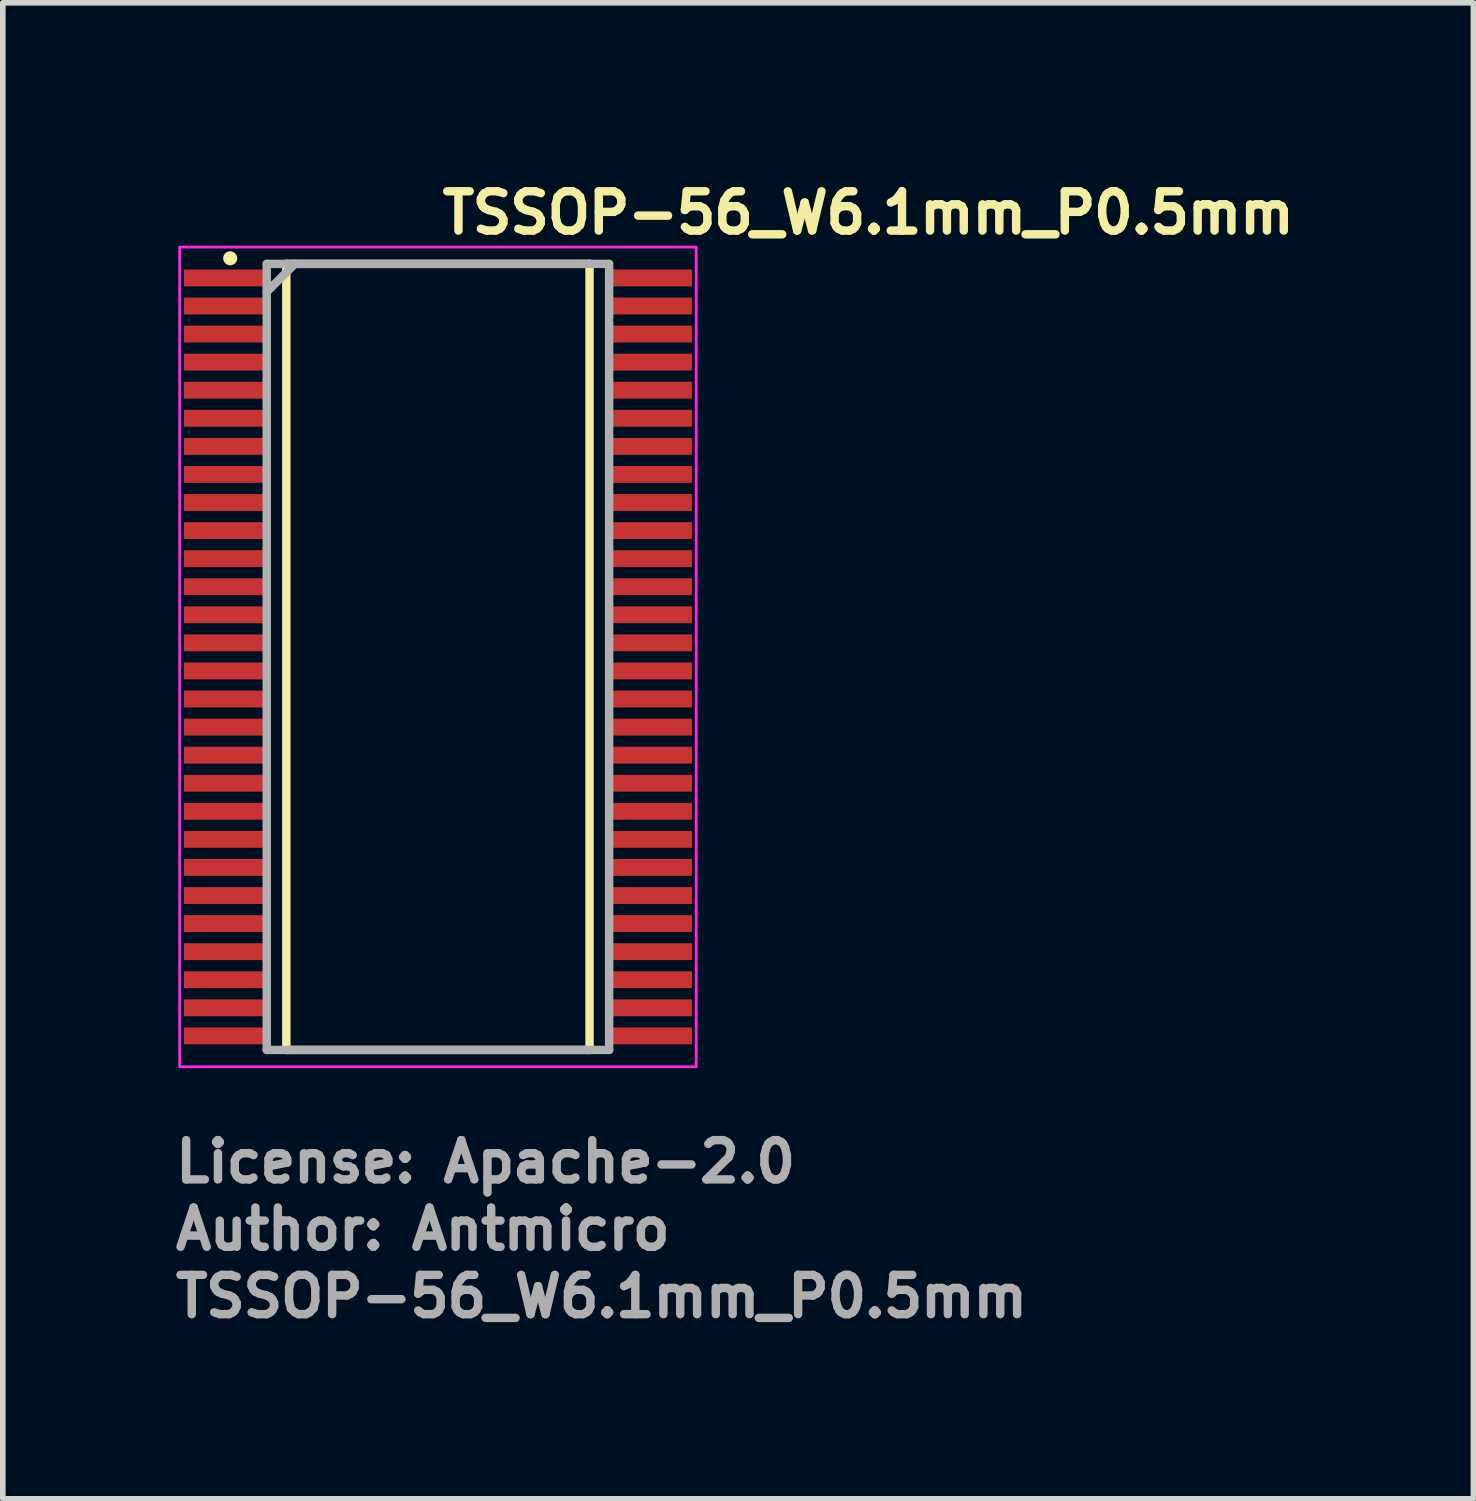
<source format=kicad_pcb>
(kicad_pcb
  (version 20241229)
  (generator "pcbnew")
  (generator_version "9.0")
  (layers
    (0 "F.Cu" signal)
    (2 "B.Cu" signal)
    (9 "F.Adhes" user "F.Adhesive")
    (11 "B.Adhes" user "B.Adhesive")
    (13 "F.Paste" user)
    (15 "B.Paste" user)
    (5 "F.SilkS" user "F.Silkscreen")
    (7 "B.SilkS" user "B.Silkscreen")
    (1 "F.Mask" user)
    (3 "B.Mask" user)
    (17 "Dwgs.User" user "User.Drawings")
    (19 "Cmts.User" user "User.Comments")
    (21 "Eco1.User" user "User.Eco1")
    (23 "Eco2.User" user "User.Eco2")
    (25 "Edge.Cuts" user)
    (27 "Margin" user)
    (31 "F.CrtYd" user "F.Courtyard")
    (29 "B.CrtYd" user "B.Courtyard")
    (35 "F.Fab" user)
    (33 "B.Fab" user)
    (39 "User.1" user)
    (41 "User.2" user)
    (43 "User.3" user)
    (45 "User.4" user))
  (footprint "TSSOP-56_W6.1mm_P0.5mm"
    (layer "F.Cu")
    (at 4.75 8.65)
    (property "Reference" "TSSOP-56_W6.1mm_P0.5mm" (at 0 -7.5 0) (layer "F.SilkS") (effects (font (size 0.7 0.7) (thickness 0.15)) (justify left bottom)))
    (attr smd)
    (fp_line (start -2.7 -7) (end 2.7 -7) (stroke (width 0.15) (type solid)) (layer "F.SilkS"))
    (fp_line (start -2.7 7) (end -2.7 -7) (stroke (width 0.15) (type solid)) (layer "F.SilkS"))
    (fp_line (start 2.7 -7) (end 2.7 7) (stroke (width 0.15) (type solid)) (layer "F.SilkS"))
    (fp_line (start 2.7 7) (end -2.7 7) (stroke (width 0.15) (type solid)) (layer "F.SilkS"))
    (fp_circle (center -3.7 -7.1) (end -3.65 -7.1) (stroke (width 0.15) (type solid)) (fill yes) (layer "F.SilkS"))
    (fp_rect (start -4.6 -7.3) (end 4.6 7.3) (stroke (width 0.05) (type solid)) (fill no) (layer "F.CrtYd"))
    (fp_line (start -3.049 -7) (end 3.049 -7) (stroke (width 0.15) (type solid)) (layer "F.Fab"))
    (fp_line (start -3.049 -6.5) (end -2.549 -7) (stroke (width 0.15) (type solid)) (layer "F.Fab"))
    (fp_line (start -3.049 7) (end -3.049 -7) (stroke (width 0.15) (type solid)) (layer "F.Fab"))
    (fp_line (start 3.049 -7) (end 3.049 7) (stroke (width 0.15) (type solid)) (layer "F.Fab"))
    (fp_line (start 3.049 7) (end -3.049 7) (stroke (width 0.15) (type solid)) (layer "F.Fab"))
    (fp_rect (start -4.049 -7) (end 4.049 7) (stroke (width 0.1) (type solid)) (fill no) (layer "User.5"))
    (fp_line (start -4.049 -6.862) (end -3.719 -6.862) (stroke (width 0.02) (type solid)) (layer "User.9"))
    (fp_line (start -4.049 -6.637) (end -4.049 -6.862) (stroke (width 0.02) (type solid)) (layer "User.9"))
    (fp_line (start -4.049 -6.637) (end -3.719 -6.637) (stroke (width 0.02) (type solid)) (layer "User.9"))
    (fp_line (start -4.049 -6.362) (end -3.719 -6.362) (stroke (width 0.02) (type solid)) (layer "User.9"))
    (fp_line (start -4.049 -6.137) (end -4.049 -6.362) (stroke (width 0.02) (type solid)) (layer "User.9"))
    (fp_line (start -4.049 -6.137) (end -3.719 -6.137) (stroke (width 0.02) (type solid)) (layer "User.9"))
    (fp_line (start -4.049 -5.862) (end -3.719 -5.862) (stroke (width 0.02) (type solid)) (layer "User.9"))
    (fp_line (start -4.049 -5.637) (end -4.049 -5.862) (stroke (width 0.02) (type solid)) (layer "User.9"))
    (fp_line (start -4.049 -5.637) (end -3.719 -5.637) (stroke (width 0.02) (type solid)) (layer "User.9"))
    (fp_line (start -4.049 -5.362) (end -3.719 -5.362) (stroke (width 0.02) (type solid)) (layer "User.9"))
    (fp_line (start -4.049 -5.137) (end -4.049 -5.362) (stroke (width 0.02) (type solid)) (layer "User.9"))
    (fp_line (start -4.049 -5.137) (end -3.719 -5.137) (stroke (width 0.02) (type solid)) (layer "User.9"))
    (fp_line (start -4.049 -4.862) (end -3.719 -4.862) (stroke (width 0.02) (type solid)) (layer "User.9"))
    (fp_line (start -4.049 -4.637) (end -4.049 -4.862) (stroke (width 0.02) (type solid)) (layer "User.9"))
    (fp_line (start -4.049 -4.637) (end -3.719 -4.637) (stroke (width 0.02) (type solid)) (layer "User.9"))
    (fp_line (start -4.049 -4.362) (end -3.719 -4.362) (stroke (width 0.02) (type solid)) (layer "User.9"))
    (fp_line (start -4.049 -4.137) (end -4.049 -4.362) (stroke (width 0.02) (type solid)) (layer "User.9"))
    (fp_line (start -4.049 -4.137) (end -3.719 -4.137) (stroke (width 0.02) (type solid)) (layer "User.9"))
    (fp_line (start -4.049 -3.862) (end -3.719 -3.862) (stroke (width 0.02) (type solid)) (layer "User.9"))
    (fp_line (start -4.049 -3.637) (end -4.049 -3.862) (stroke (width 0.02) (type solid)) (layer "User.9"))
    (fp_line (start -4.049 -3.637) (end -3.719 -3.637) (stroke (width 0.02) (type solid)) (layer "User.9"))
    (fp_line (start -4.049 -3.362) (end -3.719 -3.362) (stroke (width 0.02) (type solid)) (layer "User.9"))
    (fp_line (start -4.049 -3.137) (end -4.049 -3.362) (stroke (width 0.02) (type solid)) (layer "User.9"))
    (fp_line (start -4.049 -3.137) (end -3.719 -3.137) (stroke (width 0.02) (type solid)) (layer "User.9"))
    (fp_line (start -4.049 -2.862) (end -3.719 -2.862) (stroke (width 0.02) (type solid)) (layer "User.9"))
    (fp_line (start -4.049 -2.637) (end -4.049 -2.862) (stroke (width 0.02) (type solid)) (layer "User.9"))
    (fp_line (start -4.049 -2.637) (end -3.719 -2.637) (stroke (width 0.02) (type solid)) (layer "User.9"))
    (fp_line (start -4.049 -2.362) (end -3.719 -2.362) (stroke (width 0.02) (type solid)) (layer "User.9"))
    (fp_line (start -4.049 -2.137) (end -4.049 -2.362) (stroke (width 0.02) (type solid)) (layer "User.9"))
    (fp_line (start -4.049 -2.137) (end -3.719 -2.137) (stroke (width 0.02) (type solid)) (layer "User.9"))
    (fp_line (start -4.049 -1.862) (end -3.719 -1.862) (stroke (width 0.02) (type solid)) (layer "User.9"))
    (fp_line (start -4.049 -1.637) (end -4.049 -1.862) (stroke (width 0.02) (type solid)) (layer "User.9"))
    (fp_line (start -4.049 -1.637) (end -3.719 -1.637) (stroke (width 0.02) (type solid)) (layer "User.9"))
    (fp_line (start -4.049 -1.362) (end -3.719 -1.362) (stroke (width 0.02) (type solid)) (layer "User.9"))
    (fp_line (start -4.049 -1.137) (end -4.049 -1.362) (stroke (width 0.02) (type solid)) (layer "User.9"))
    (fp_line (start -4.049 -1.137) (end -3.719 -1.137) (stroke (width 0.02) (type solid)) (layer "User.9"))
    (fp_line (start -4.049 -0.862) (end -3.719 -0.862) (stroke (width 0.02) (type solid)) (layer "User.9"))
    (fp_line (start -4.049 -0.637) (end -4.049 -0.862) (stroke (width 0.02) (type solid)) (layer "User.9"))
    (fp_line (start -4.049 -0.637) (end -3.719 -0.637) (stroke (width 0.02) (type solid)) (layer "User.9"))
    (fp_line (start -4.049 -0.362) (end -3.719 -0.362) (stroke (width 0.02) (type solid)) (layer "User.9"))
    (fp_line (start -4.049 -0.137) (end -4.049 -0.362) (stroke (width 0.02) (type solid)) (layer "User.9"))
    (fp_line (start -4.049 -0.137) (end -3.719 -0.137) (stroke (width 0.02) (type solid)) (layer "User.9"))
    (fp_line (start -4.049 0.137) (end -3.719 0.137) (stroke (width 0.02) (type solid)) (layer "User.9"))
    (fp_line (start -4.049 0.362) (end -4.049 0.137) (stroke (width 0.02) (type solid)) (layer "User.9"))
    (fp_line (start -4.049 0.362) (end -3.719 0.362) (stroke (width 0.02) (type solid)) (layer "User.9"))
    (fp_line (start -4.049 0.637) (end -3.719 0.637) (stroke (width 0.02) (type solid)) (layer "User.9"))
    (fp_line (start -4.049 0.862) (end -4.049 0.637) (stroke (width 0.02) (type solid)) (layer "User.9"))
    (fp_line (start -4.049 0.862) (end -3.719 0.862) (stroke (width 0.02) (type solid)) (layer "User.9"))
    (fp_line (start -4.049 1.137) (end -3.719 1.137) (stroke (width 0.02) (type solid)) (layer "User.9"))
    (fp_line (start -4.049 1.362) (end -4.049 1.137) (stroke (width 0.02) (type solid)) (layer "User.9"))
    (fp_line (start -4.049 1.362) (end -3.719 1.362) (stroke (width 0.02) (type solid)) (layer "User.9"))
    (fp_line (start -4.049 1.637) (end -3.719 1.637) (stroke (width 0.02) (type solid)) (layer "User.9"))
    (fp_line (start -4.049 1.862) (end -4.049 1.637) (stroke (width 0.02) (type solid)) (layer "User.9"))
    (fp_line (start -4.049 1.862) (end -3.719 1.862) (stroke (width 0.02) (type solid)) (layer "User.9"))
    (fp_line (start -4.049 2.137) (end -3.719 2.137) (stroke (width 0.02) (type solid)) (layer "User.9"))
    (fp_line (start -4.049 2.362) (end -4.049 2.137) (stroke (width 0.02) (type solid)) (layer "User.9"))
    (fp_line (start -4.049 2.362) (end -3.719 2.362) (stroke (width 0.02) (type solid)) (layer "User.9"))
    (fp_line (start -4.049 2.637) (end -3.719 2.637) (stroke (width 0.02) (type solid)) (layer "User.9"))
    (fp_line (start -4.049 2.862) (end -4.049 2.637) (stroke (width 0.02) (type solid)) (layer "User.9"))
    (fp_line (start -4.049 2.862) (end -3.719 2.862) (stroke (width 0.02) (type solid)) (layer "User.9"))
    (fp_line (start -4.049 3.137) (end -3.719 3.137) (stroke (width 0.02) (type solid)) (layer "User.9"))
    (fp_line (start -4.049 3.362) (end -4.049 3.137) (stroke (width 0.02) (type solid)) (layer "User.9"))
    (fp_line (start -4.049 3.362) (end -3.719 3.362) (stroke (width 0.02) (type solid)) (layer "User.9"))
    (fp_line (start -4.049 3.637) (end -3.719 3.637) (stroke (width 0.02) (type solid)) (layer "User.9"))
    (fp_line (start -4.049 3.862) (end -4.049 3.637) (stroke (width 0.02) (type solid)) (layer "User.9"))
    (fp_line (start -4.049 3.862) (end -3.719 3.862) (stroke (width 0.02) (type solid)) (layer "User.9"))
    (fp_line (start -4.049 4.137) (end -3.719 4.137) (stroke (width 0.02) (type solid)) (layer "User.9"))
    (fp_line (start -4.049 4.362) (end -4.049 4.137) (stroke (width 0.02) (type solid)) (layer "User.9"))
    (fp_line (start -4.049 4.362) (end -3.719 4.362) (stroke (width 0.02) (type solid)) (layer "User.9"))
    (fp_line (start -4.049 4.637) (end -3.719 4.637) (stroke (width 0.02) (type solid)) (layer "User.9"))
    (fp_line (start -4.049 4.862) (end -4.049 4.637) (stroke (width 0.02) (type solid)) (layer "User.9"))
    (fp_line (start -4.049 4.862) (end -3.719 4.862) (stroke (width 0.02) (type solid)) (layer "User.9"))
    (fp_line (start -4.049 5.137) (end -3.719 5.137) (stroke (width 0.02) (type solid)) (layer "User.9"))
    (fp_line (start -4.049 5.362) (end -4.049 5.137) (stroke (width 0.02) (type solid)) (layer "User.9"))
    (fp_line (start -4.049 5.362) (end -3.719 5.362) (stroke (width 0.02) (type solid)) (layer "User.9"))
    (fp_line (start -4.049 5.637) (end -3.719 5.637) (stroke (width 0.02) (type solid)) (layer "User.9"))
    (fp_line (start -4.049 5.862) (end -4.049 5.637) (stroke (width 0.02) (type solid)) (layer "User.9"))
    (fp_line (start -4.049 5.862) (end -3.719 5.862) (stroke (width 0.02) (type solid)) (layer "User.9"))
    (fp_line (start -4.049 6.137) (end -3.719 6.137) (stroke (width 0.02) (type solid)) (layer "User.9"))
    (fp_line (start -4.049 6.362) (end -4.049 6.137) (stroke (width 0.02) (type solid)) (layer "User.9"))
    (fp_line (start -4.049 6.362) (end -3.719 6.362) (stroke (width 0.02) (type solid)) (layer "User.9"))
    (fp_line (start -4.049 6.637) (end -3.719 6.637) (stroke (width 0.02) (type solid)) (layer "User.9"))
    (fp_line (start -4.049 6.862) (end -4.049 6.637) (stroke (width 0.02) (type solid)) (layer "User.9"))
    (fp_line (start -4.049 6.862) (end -3.719 6.862) (stroke (width 0.02) (type solid)) (layer "User.9"))
    (fp_line (start -3.719 -6.862) (end -3.68 -6.862) (stroke (width 0.02) (type solid)) (layer "User.9"))
    (fp_line (start -3.719 -6.637) (end -3.68 -6.637) (stroke (width 0.02) (type solid)) (layer "User.9"))
    (fp_line (start -3.719 -6.362) (end -3.68 -6.362) (stroke (width 0.02) (type solid)) (layer "User.9"))
    (fp_line (start -3.719 -6.137) (end -3.68 -6.137) (stroke (width 0.02) (type solid)) (layer "User.9"))
    (fp_line (start -3.719 -5.862) (end -3.68 -5.862) (stroke (width 0.02) (type solid)) (layer "User.9"))
    (fp_line (start -3.719 -5.637) (end -3.68 -5.637) (stroke (width 0.02) (type solid)) (layer "User.9"))
    (fp_line (start -3.719 -5.362) (end -3.68 -5.362) (stroke (width 0.02) (type solid)) (layer "User.9"))
    (fp_line (start -3.719 -5.137) (end -3.68 -5.137) (stroke (width 0.02) (type solid)) (layer "User.9"))
    (fp_line (start -3.719 -4.862) (end -3.68 -4.862) (stroke (width 0.02) (type solid)) (layer "User.9"))
    (fp_line (start -3.719 -4.637) (end -3.68 -4.637) (stroke (width 0.02) (type solid)) (layer "User.9"))
    (fp_line (start -3.719 -4.362) (end -3.68 -4.362) (stroke (width 0.02) (type solid)) (layer "User.9"))
    (fp_line (start -3.719 -4.137) (end -3.68 -4.137) (stroke (width 0.02) (type solid)) (layer "User.9"))
    (fp_line (start -3.719 -3.862) (end -3.68 -3.862) (stroke (width 0.02) (type solid)) (layer "User.9"))
    (fp_line (start -3.719 -3.637) (end -3.68 -3.637) (stroke (width 0.02) (type solid)) (layer "User.9"))
    (fp_line (start -3.719 -3.362) (end -3.68 -3.362) (stroke (width 0.02) (type solid)) (layer "User.9"))
    (fp_line (start -3.719 -3.137) (end -3.68 -3.137) (stroke (width 0.02) (type solid)) (layer "User.9"))
    (fp_line (start -3.719 -2.862) (end -3.68 -2.862) (stroke (width 0.02) (type solid)) (layer "User.9"))
    (fp_line (start -3.719 -2.637) (end -3.68 -2.637) (stroke (width 0.02) (type solid)) (layer "User.9"))
    (fp_line (start -3.719 -2.362) (end -3.68 -2.362) (stroke (width 0.02) (type solid)) (layer "User.9"))
    (fp_line (start -3.719 -2.137) (end -3.68 -2.137) (stroke (width 0.02) (type solid)) (layer "User.9"))
    (fp_line (start -3.719 -1.862) (end -3.68 -1.862) (stroke (width 0.02) (type solid)) (layer "User.9"))
    (fp_line (start -3.719 -1.637) (end -3.68 -1.637) (stroke (width 0.02) (type solid)) (layer "User.9"))
    (fp_line (start -3.719 -1.362) (end -3.68 -1.362) (stroke (width 0.02) (type solid)) (layer "User.9"))
    (fp_line (start -3.719 -1.137) (end -3.68 -1.137) (stroke (width 0.02) (type solid)) (layer "User.9"))
    (fp_line (start -3.719 -0.862) (end -3.68 -0.862) (stroke (width 0.02) (type solid)) (layer "User.9"))
    (fp_line (start -3.719 -0.637) (end -3.68 -0.637) (stroke (width 0.02) (type solid)) (layer "User.9"))
    (fp_line (start -3.719 -0.362) (end -3.68 -0.362) (stroke (width 0.02) (type solid)) (layer "User.9"))
    (fp_line (start -3.719 -0.137) (end -3.68 -0.137) (stroke (width 0.02) (type solid)) (layer "User.9"))
    (fp_line (start -3.719 0.137) (end -3.68 0.137) (stroke (width 0.02) (type solid)) (layer "User.9"))
    (fp_line (start -3.719 0.362) (end -3.68 0.362) (stroke (width 0.02) (type solid)) (layer "User.9"))
    (fp_line (start -3.719 0.637) (end -3.68 0.637) (stroke (width 0.02) (type solid)) (layer "User.9"))
    (fp_line (start -3.719 0.862) (end -3.68 0.862) (stroke (width 0.02) (type solid)) (layer "User.9"))
    (fp_line (start -3.719 1.137) (end -3.68 1.137) (stroke (width 0.02) (type solid)) (layer "User.9"))
    (fp_line (start -3.719 1.362) (end -3.68 1.362) (stroke (width 0.02) (type solid)) (layer "User.9"))
    (fp_line (start -3.719 1.637) (end -3.68 1.637) (stroke (width 0.02) (type solid)) (layer "User.9"))
    (fp_line (start -3.719 1.862) (end -3.68 1.862) (stroke (width 0.02) (type solid)) (layer "User.9"))
    (fp_line (start -3.719 2.137) (end -3.68 2.137) (stroke (width 0.02) (type solid)) (layer "User.9"))
    (fp_line (start -3.719 2.362) (end -3.68 2.362) (stroke (width 0.02) (type solid)) (layer "User.9"))
    (fp_line (start -3.719 2.637) (end -3.68 2.637) (stroke (width 0.02) (type solid)) (layer "User.9"))
    (fp_line (start -3.719 2.862) (end -3.68 2.862) (stroke (width 0.02) (type solid)) (layer "User.9"))
    (fp_line (start -3.719 3.137) (end -3.68 3.137) (stroke (width 0.02) (type solid)) (layer "User.9"))
    (fp_line (start -3.719 3.362) (end -3.68 3.362) (stroke (width 0.02) (type solid)) (layer "User.9"))
    (fp_line (start -3.719 3.637) (end -3.68 3.637) (stroke (width 0.02) (type solid)) (layer "User.9"))
    (fp_line (start -3.719 3.862) (end -3.68 3.862) (stroke (width 0.02) (type solid)) (layer "User.9"))
    (fp_line (start -3.719 4.137) (end -3.68 4.137) (stroke (width 0.02) (type solid)) (layer "User.9"))
    (fp_line (start -3.719 4.362) (end -3.68 4.362) (stroke (width 0.02) (type solid)) (layer "User.9"))
    (fp_line (start -3.719 4.637) (end -3.68 4.637) (stroke (width 0.02) (type solid)) (layer "User.9"))
    (fp_line (start -3.719 4.862) (end -3.68 4.862) (stroke (width 0.02) (type solid)) (layer "User.9"))
    (fp_line (start -3.719 5.137) (end -3.68 5.137) (stroke (width 0.02) (type solid)) (layer "User.9"))
    (fp_line (start -3.719 5.362) (end -3.68 5.362) (stroke (width 0.02) (type solid)) (layer "User.9"))
    (fp_line (start -3.719 5.637) (end -3.68 5.637) (stroke (width 0.02) (type solid)) (layer "User.9"))
    (fp_line (start -3.719 5.862) (end -3.68 5.862) (stroke (width 0.02) (type solid)) (layer "User.9"))
    (fp_line (start -3.719 6.137) (end -3.68 6.137) (stroke (width 0.02) (type solid)) (layer "User.9"))
    (fp_line (start -3.719 6.362) (end -3.68 6.362) (stroke (width 0.02) (type solid)) (layer "User.9"))
    (fp_line (start -3.719 6.637) (end -3.68 6.637) (stroke (width 0.02) (type solid)) (layer "User.9"))
    (fp_line (start -3.719 6.862) (end -3.68 6.862) (stroke (width 0.02) (type solid)) (layer "User.9"))
    (fp_line (start -3.68 -6.862) (end -3.146 -6.862) (stroke (width 0.02) (type solid)) (layer "User.9"))
    (fp_line (start -3.68 -6.637) (end -3.146 -6.637) (stroke (width 0.02) (type solid)) (layer "User.9"))
    (fp_line (start -3.68 -6.362) (end -3.146 -6.362) (stroke (width 0.02) (type solid)) (layer "User.9"))
    (fp_line (start -3.68 -6.137) (end -3.146 -6.137) (stroke (width 0.02) (type solid)) (layer "User.9"))
    (fp_line (start -3.68 -5.862) (end -3.146 -5.862) (stroke (width 0.02) (type solid)) (layer "User.9"))
    (fp_line (start -3.68 -5.637) (end -3.146 -5.637) (stroke (width 0.02) (type solid)) (layer "User.9"))
    (fp_line (start -3.68 -5.362) (end -3.146 -5.362) (stroke (width 0.02) (type solid)) (layer "User.9"))
    (fp_line (start -3.68 -5.137) (end -3.146 -5.137) (stroke (width 0.02) (type solid)) (layer "User.9"))
    (fp_line (start -3.68 -4.862) (end -3.146 -4.862) (stroke (width 0.02) (type solid)) (layer "User.9"))
    (fp_line (start -3.68 -4.637) (end -3.146 -4.637) (stroke (width 0.02) (type solid)) (layer "User.9"))
    (fp_line (start -3.68 -4.362) (end -3.146 -4.362) (stroke (width 0.02) (type solid)) (layer "User.9"))
    (fp_line (start -3.68 -4.137) (end -3.146 -4.137) (stroke (width 0.02) (type solid)) (layer "User.9"))
    (fp_line (start -3.68 -3.862) (end -3.146 -3.862) (stroke (width 0.02) (type solid)) (layer "User.9"))
    (fp_line (start -3.68 -3.637) (end -3.146 -3.637) (stroke (width 0.02) (type solid)) (layer "User.9"))
    (fp_line (start -3.68 -3.362) (end -3.146 -3.362) (stroke (width 0.02) (type solid)) (layer "User.9"))
    (fp_line (start -3.68 -3.137) (end -3.146 -3.137) (stroke (width 0.02) (type solid)) (layer "User.9"))
    (fp_line (start -3.68 -2.862) (end -3.146 -2.862) (stroke (width 0.02) (type solid)) (layer "User.9"))
    (fp_line (start -3.68 -2.637) (end -3.146 -2.637) (stroke (width 0.02) (type solid)) (layer "User.9"))
    (fp_line (start -3.68 -2.362) (end -3.146 -2.362) (stroke (width 0.02) (type solid)) (layer "User.9"))
    (fp_line (start -3.68 -2.137) (end -3.146 -2.137) (stroke (width 0.02) (type solid)) (layer "User.9"))
    (fp_line (start -3.68 -1.862) (end -3.146 -1.862) (stroke (width 0.02) (type solid)) (layer "User.9"))
    (fp_line (start -3.68 -1.637) (end -3.146 -1.637) (stroke (width 0.02) (type solid)) (layer "User.9"))
    (fp_line (start -3.68 -1.362) (end -3.146 -1.362) (stroke (width 0.02) (type solid)) (layer "User.9"))
    (fp_line (start -3.68 -1.137) (end -3.146 -1.137) (stroke (width 0.02) (type solid)) (layer "User.9"))
    (fp_line (start -3.68 -0.862) (end -3.146 -0.862) (stroke (width 0.02) (type solid)) (layer "User.9"))
    (fp_line (start -3.68 -0.637) (end -3.146 -0.637) (stroke (width 0.02) (type solid)) (layer "User.9"))
    (fp_line (start -3.68 -0.362) (end -3.146 -0.362) (stroke (width 0.02) (type solid)) (layer "User.9"))
    (fp_line (start -3.68 -0.137) (end -3.146 -0.137) (stroke (width 0.02) (type solid)) (layer "User.9"))
    (fp_line (start -3.68 0.137) (end -3.146 0.137) (stroke (width 0.02) (type solid)) (layer "User.9"))
    (fp_line (start -3.68 0.362) (end -3.146 0.362) (stroke (width 0.02) (type solid)) (layer "User.9"))
    (fp_line (start -3.68 0.637) (end -3.146 0.637) (stroke (width 0.02) (type solid)) (layer "User.9"))
    (fp_line (start -3.68 0.862) (end -3.146 0.862) (stroke (width 0.02) (type solid)) (layer "User.9"))
    (fp_line (start -3.68 1.137) (end -3.146 1.137) (stroke (width 0.02) (type solid)) (layer "User.9"))
    (fp_line (start -3.68 1.362) (end -3.146 1.362) (stroke (width 0.02) (type solid)) (layer "User.9"))
    (fp_line (start -3.68 1.637) (end -3.146 1.637) (stroke (width 0.02) (type solid)) (layer "User.9"))
    (fp_line (start -3.68 1.862) (end -3.146 1.862) (stroke (width 0.02) (type solid)) (layer "User.9"))
    (fp_line (start -3.68 2.137) (end -3.146 2.137) (stroke (width 0.02) (type solid)) (layer "User.9"))
    (fp_line (start -3.68 2.362) (end -3.146 2.362) (stroke (width 0.02) (type solid)) (layer "User.9"))
    (fp_line (start -3.68 2.637) (end -3.146 2.637) (stroke (width 0.02) (type solid)) (layer "User.9"))
    (fp_line (start -3.68 2.862) (end -3.146 2.862) (stroke (width 0.02) (type solid)) (layer "User.9"))
    (fp_line (start -3.68 3.137) (end -3.146 3.137) (stroke (width 0.02) (type solid)) (layer "User.9"))
    (fp_line (start -3.68 3.362) (end -3.146 3.362) (stroke (width 0.02) (type solid)) (layer "User.9"))
    (fp_line (start -3.68 3.637) (end -3.146 3.637) (stroke (width 0.02) (type solid)) (layer "User.9"))
    (fp_line (start -3.68 3.862) (end -3.146 3.862) (stroke (width 0.02) (type solid)) (layer "User.9"))
    (fp_line (start -3.68 4.137) (end -3.146 4.137) (stroke (width 0.02) (type solid)) (layer "User.9"))
    (fp_line (start -3.68 4.362) (end -3.146 4.362) (stroke (width 0.02) (type solid)) (layer "User.9"))
    (fp_line (start -3.68 4.637) (end -3.146 4.637) (stroke (width 0.02) (type solid)) (layer "User.9"))
    (fp_line (start -3.68 4.862) (end -3.146 4.862) (stroke (width 0.02) (type solid)) (layer "User.9"))
    (fp_line (start -3.68 5.137) (end -3.146 5.137) (stroke (width 0.02) (type solid)) (layer "User.9"))
    (fp_line (start -3.68 5.362) (end -3.146 5.362) (stroke (width 0.02) (type solid)) (layer "User.9"))
    (fp_line (start -3.68 5.637) (end -3.146 5.637) (stroke (width 0.02) (type solid)) (layer "User.9"))
    (fp_line (start -3.68 5.862) (end -3.146 5.862) (stroke (width 0.02) (type solid)) (layer "User.9"))
    (fp_line (start -3.68 6.137) (end -3.146 6.137) (stroke (width 0.02) (type solid)) (layer "User.9"))
    (fp_line (start -3.68 6.362) (end -3.146 6.362) (stroke (width 0.02) (type solid)) (layer "User.9"))
    (fp_line (start -3.68 6.637) (end -3.146 6.637) (stroke (width 0.02) (type solid)) (layer "User.9"))
    (fp_line (start -3.68 6.862) (end -3.146 6.862) (stroke (width 0.02) (type solid)) (layer "User.9"))
    (fp_line (start -3.146 -6.862) (end -3.106 -6.862) (stroke (width 0.02) (type solid)) (layer "User.9"))
    (fp_line (start -3.146 -6.637) (end -3.106 -6.637) (stroke (width 0.02) (type solid)) (layer "User.9"))
    (fp_line (start -3.146 -6.362) (end -3.106 -6.362) (stroke (width 0.02) (type solid)) (layer "User.9"))
    (fp_line (start -3.146 -6.137) (end -3.106 -6.137) (stroke (width 0.02) (type solid)) (layer "User.9"))
    (fp_line (start -3.146 -5.862) (end -3.106 -5.862) (stroke (width 0.02) (type solid)) (layer "User.9"))
    (fp_line (start -3.146 -5.637) (end -3.106 -5.637) (stroke (width 0.02) (type solid)) (layer "User.9"))
    (fp_line (start -3.146 -5.362) (end -3.106 -5.362) (stroke (width 0.02) (type solid)) (layer "User.9"))
    (fp_line (start -3.146 -5.137) (end -3.106 -5.137) (stroke (width 0.02) (type solid)) (layer "User.9"))
    (fp_line (start -3.146 -4.862) (end -3.106 -4.862) (stroke (width 0.02) (type solid)) (layer "User.9"))
    (fp_line (start -3.146 -4.637) (end -3.106 -4.637) (stroke (width 0.02) (type solid)) (layer "User.9"))
    (fp_line (start -3.146 -4.362) (end -3.106 -4.362) (stroke (width 0.02) (type solid)) (layer "User.9"))
    (fp_line (start -3.146 -4.137) (end -3.106 -4.137) (stroke (width 0.02) (type solid)) (layer "User.9"))
    (fp_line (start -3.146 -3.862) (end -3.106 -3.862) (stroke (width 0.02) (type solid)) (layer "User.9"))
    (fp_line (start -3.146 -3.637) (end -3.106 -3.637) (stroke (width 0.02) (type solid)) (layer "User.9"))
    (fp_line (start -3.146 -3.362) (end -3.106 -3.362) (stroke (width 0.02) (type solid)) (layer "User.9"))
    (fp_line (start -3.146 -3.137) (end -3.106 -3.137) (stroke (width 0.02) (type solid)) (layer "User.9"))
    (fp_line (start -3.146 -2.862) (end -3.106 -2.862) (stroke (width 0.02) (type solid)) (layer "User.9"))
    (fp_line (start -3.146 -2.637) (end -3.106 -2.637) (stroke (width 0.02) (type solid)) (layer "User.9"))
    (fp_line (start -3.146 -2.362) (end -3.106 -2.362) (stroke (width 0.02) (type solid)) (layer "User.9"))
    (fp_line (start -3.146 -2.137) (end -3.106 -2.137) (stroke (width 0.02) (type solid)) (layer "User.9"))
    (fp_line (start -3.146 -1.862) (end -3.106 -1.862) (stroke (width 0.02) (type solid)) (layer "User.9"))
    (fp_line (start -3.146 -1.637) (end -3.106 -1.637) (stroke (width 0.02) (type solid)) (layer "User.9"))
    (fp_line (start -3.146 -1.362) (end -3.106 -1.362) (stroke (width 0.02) (type solid)) (layer "User.9"))
    (fp_line (start -3.146 -1.137) (end -3.106 -1.137) (stroke (width 0.02) (type solid)) (layer "User.9"))
    (fp_line (start -3.146 -0.862) (end -3.106 -0.862) (stroke (width 0.02) (type solid)) (layer "User.9"))
    (fp_line (start -3.146 -0.637) (end -3.106 -0.637) (stroke (width 0.02) (type solid)) (layer "User.9"))
    (fp_line (start -3.146 -0.362) (end -3.106 -0.362) (stroke (width 0.02) (type solid)) (layer "User.9"))
    (fp_line (start -3.146 -0.137) (end -3.106 -0.137) (stroke (width 0.02) (type solid)) (layer "User.9"))
    (fp_line (start -3.146 0.137) (end -3.106 0.137) (stroke (width 0.02) (type solid)) (layer "User.9"))
    (fp_line (start -3.146 0.362) (end -3.106 0.362) (stroke (width 0.02) (type solid)) (layer "User.9"))
    (fp_line (start -3.146 0.637) (end -3.106 0.637) (stroke (width 0.02) (type solid)) (layer "User.9"))
    (fp_line (start -3.146 0.862) (end -3.106 0.862) (stroke (width 0.02) (type solid)) (layer "User.9"))
    (fp_line (start -3.146 1.137) (end -3.106 1.137) (stroke (width 0.02) (type solid)) (layer "User.9"))
    (fp_line (start -3.146 1.362) (end -3.106 1.362) (stroke (width 0.02) (type solid)) (layer "User.9"))
    (fp_line (start -3.146 1.637) (end -3.106 1.637) (stroke (width 0.02) (type solid)) (layer "User.9"))
    (fp_line (start -3.146 1.862) (end -3.106 1.862) (stroke (width 0.02) (type solid)) (layer "User.9"))
    (fp_line (start -3.146 2.137) (end -3.106 2.137) (stroke (width 0.02) (type solid)) (layer "User.9"))
    (fp_line (start -3.146 2.362) (end -3.106 2.362) (stroke (width 0.02) (type solid)) (layer "User.9"))
    (fp_line (start -3.146 2.637) (end -3.106 2.637) (stroke (width 0.02) (type solid)) (layer "User.9"))
    (fp_line (start -3.146 2.862) (end -3.106 2.862) (stroke (width 0.02) (type solid)) (layer "User.9"))
    (fp_line (start -3.146 3.137) (end -3.106 3.137) (stroke (width 0.02) (type solid)) (layer "User.9"))
    (fp_line (start -3.146 3.362) (end -3.106 3.362) (stroke (width 0.02) (type solid)) (layer "User.9"))
    (fp_line (start -3.146 3.637) (end -3.106 3.637) (stroke (width 0.02) (type solid)) (layer "User.9"))
    (fp_line (start -3.146 3.862) (end -3.106 3.862) (stroke (width 0.02) (type solid)) (layer "User.9"))
    (fp_line (start -3.146 4.137) (end -3.106 4.137) (stroke (width 0.02) (type solid)) (layer "User.9"))
    (fp_line (start -3.146 4.362) (end -3.106 4.362) (stroke (width 0.02) (type solid)) (layer "User.9"))
    (fp_line (start -3.146 4.637) (end -3.106 4.637) (stroke (width 0.02) (type solid)) (layer "User.9"))
    (fp_line (start -3.146 4.862) (end -3.106 4.862) (stroke (width 0.02) (type solid)) (layer "User.9"))
    (fp_line (start -3.146 5.137) (end -3.106 5.137) (stroke (width 0.02) (type solid)) (layer "User.9"))
    (fp_line (start -3.146 5.362) (end -3.106 5.362) (stroke (width 0.02) (type solid)) (layer "User.9"))
    (fp_line (start -3.146 5.637) (end -3.106 5.637) (stroke (width 0.02) (type solid)) (layer "User.9"))
    (fp_line (start -3.146 5.862) (end -3.106 5.862) (stroke (width 0.02) (type solid)) (layer "User.9"))
    (fp_line (start -3.146 6.137) (end -3.106 6.137) (stroke (width 0.02) (type solid)) (layer "User.9"))
    (fp_line (start -3.146 6.362) (end -3.106 6.362) (stroke (width 0.02) (type solid)) (layer "User.9"))
    (fp_line (start -3.146 6.637) (end -3.106 6.637) (stroke (width 0.02) (type solid)) (layer "User.9"))
    (fp_line (start -3.146 6.862) (end -3.106 6.862) (stroke (width 0.02) (type solid)) (layer "User.9"))
    (fp_line (start -3.106 -6.862) (end -3.049 -6.862) (stroke (width 0.02) (type solid)) (layer "User.9"))
    (fp_line (start -3.106 -6.637) (end -3.049 -6.637) (stroke (width 0.02) (type solid)) (layer "User.9"))
    (fp_line (start -3.106 -6.362) (end -3.049 -6.362) (stroke (width 0.02) (type solid)) (layer "User.9"))
    (fp_line (start -3.106 -6.137) (end -3.049 -6.137) (stroke (width 0.02) (type solid)) (layer "User.9"))
    (fp_line (start -3.106 -5.862) (end -3.049 -5.862) (stroke (width 0.02) (type solid)) (layer "User.9"))
    (fp_line (start -3.106 -5.637) (end -3.049 -5.637) (stroke (width 0.02) (type solid)) (layer "User.9"))
    (fp_line (start -3.106 -5.362) (end -3.049 -5.362) (stroke (width 0.02) (type solid)) (layer "User.9"))
    (fp_line (start -3.106 -5.137) (end -3.049 -5.137) (stroke (width 0.02) (type solid)) (layer "User.9"))
    (fp_line (start -3.106 -4.862) (end -3.049 -4.862) (stroke (width 0.02) (type solid)) (layer "User.9"))
    (fp_line (start -3.106 -4.637) (end -3.049 -4.637) (stroke (width 0.02) (type solid)) (layer "User.9"))
    (fp_line (start -3.106 -4.362) (end -3.049 -4.362) (stroke (width 0.02) (type solid)) (layer "User.9"))
    (fp_line (start -3.106 -4.137) (end -3.049 -4.137) (stroke (width 0.02) (type solid)) (layer "User.9"))
    (fp_line (start -3.106 -3.862) (end -3.049 -3.862) (stroke (width 0.02) (type solid)) (layer "User.9"))
    (fp_line (start -3.106 -3.637) (end -3.049 -3.637) (stroke (width 0.02) (type solid)) (layer "User.9"))
    (fp_line (start -3.106 -3.362) (end -3.049 -3.362) (stroke (width 0.02) (type solid)) (layer "User.9"))
    (fp_line (start -3.106 -3.137) (end -3.049 -3.137) (stroke (width 0.02) (type solid)) (layer "User.9"))
    (fp_line (start -3.106 -2.862) (end -3.049 -2.862) (stroke (width 0.02) (type solid)) (layer "User.9"))
    (fp_line (start -3.106 -2.637) (end -3.049 -2.637) (stroke (width 0.02) (type solid)) (layer "User.9"))
    (fp_line (start -3.106 -2.362) (end -3.049 -2.362) (stroke (width 0.02) (type solid)) (layer "User.9"))
    (fp_line (start -3.106 -2.137) (end -3.049 -2.137) (stroke (width 0.02) (type solid)) (layer "User.9"))
    (fp_line (start -3.106 -1.862) (end -3.049 -1.862) (stroke (width 0.02) (type solid)) (layer "User.9"))
    (fp_line (start -3.106 -1.637) (end -3.049 -1.637) (stroke (width 0.02) (type solid)) (layer "User.9"))
    (fp_line (start -3.106 -1.362) (end -3.049 -1.362) (stroke (width 0.02) (type solid)) (layer "User.9"))
    (fp_line (start -3.106 -1.137) (end -3.049 -1.137) (stroke (width 0.02) (type solid)) (layer "User.9"))
    (fp_line (start -3.106 -0.862) (end -3.049 -0.862) (stroke (width 0.02) (type solid)) (layer "User.9"))
    (fp_line (start -3.106 -0.637) (end -3.049 -0.637) (stroke (width 0.02) (type solid)) (layer "User.9"))
    (fp_line (start -3.106 -0.362) (end -3.049 -0.362) (stroke (width 0.02) (type solid)) (layer "User.9"))
    (fp_line (start -3.106 -0.137) (end -3.049 -0.137) (stroke (width 0.02) (type solid)) (layer "User.9"))
    (fp_line (start -3.106 0.137) (end -3.049 0.137) (stroke (width 0.02) (type solid)) (layer "User.9"))
    (fp_line (start -3.106 0.362) (end -3.049 0.362) (stroke (width 0.02) (type solid)) (layer "User.9"))
    (fp_line (start -3.106 0.637) (end -3.049 0.637) (stroke (width 0.02) (type solid)) (layer "User.9"))
    (fp_line (start -3.106 0.862) (end -3.049 0.862) (stroke (width 0.02) (type solid)) (layer "User.9"))
    (fp_line (start -3.106 1.137) (end -3.049 1.137) (stroke (width 0.02) (type solid)) (layer "User.9"))
    (fp_line (start -3.106 1.362) (end -3.049 1.362) (stroke (width 0.02) (type solid)) (layer "User.9"))
    (fp_line (start -3.106 1.637) (end -3.049 1.637) (stroke (width 0.02) (type solid)) (layer "User.9"))
    (fp_line (start -3.106 1.862) (end -3.049 1.862) (stroke (width 0.02) (type solid)) (layer "User.9"))
    (fp_line (start -3.106 2.137) (end -3.049 2.137) (stroke (width 0.02) (type solid)) (layer "User.9"))
    (fp_line (start -3.106 2.362) (end -3.049 2.362) (stroke (width 0.02) (type solid)) (layer "User.9"))
    (fp_line (start -3.106 2.637) (end -3.049 2.637) (stroke (width 0.02) (type solid)) (layer "User.9"))
    (fp_line (start -3.106 2.862) (end -3.049 2.862) (stroke (width 0.02) (type solid)) (layer "User.9"))
    (fp_line (start -3.106 3.137) (end -3.049 3.137) (stroke (width 0.02) (type solid)) (layer "User.9"))
    (fp_line (start -3.106 3.362) (end -3.049 3.362) (stroke (width 0.02) (type solid)) (layer "User.9"))
    (fp_line (start -3.106 3.637) (end -3.049 3.637) (stroke (width 0.02) (type solid)) (layer "User.9"))
    (fp_line (start -3.106 3.862) (end -3.049 3.862) (stroke (width 0.02) (type solid)) (layer "User.9"))
    (fp_line (start -3.106 4.137) (end -3.049 4.137) (stroke (width 0.02) (type solid)) (layer "User.9"))
    (fp_line (start -3.106 4.362) (end -3.049 4.362) (stroke (width 0.02) (type solid)) (layer "User.9"))
    (fp_line (start -3.106 4.637) (end -3.049 4.637) (stroke (width 0.02) (type solid)) (layer "User.9"))
    (fp_line (start -3.106 4.862) (end -3.049 4.862) (stroke (width 0.02) (type solid)) (layer "User.9"))
    (fp_line (start -3.106 5.137) (end -3.049 5.137) (stroke (width 0.02) (type solid)) (layer "User.9"))
    (fp_line (start -3.106 5.362) (end -3.049 5.362) (stroke (width 0.02) (type solid)) (layer "User.9"))
    (fp_line (start -3.106 5.637) (end -3.049 5.637) (stroke (width 0.02) (type solid)) (layer "User.9"))
    (fp_line (start -3.106 5.862) (end -3.049 5.862) (stroke (width 0.02) (type solid)) (layer "User.9"))
    (fp_line (start -3.106 6.137) (end -3.049 6.137) (stroke (width 0.02) (type solid)) (layer "User.9"))
    (fp_line (start -3.106 6.362) (end -3.049 6.362) (stroke (width 0.02) (type solid)) (layer "User.9"))
    (fp_line (start -3.106 6.637) (end -3.049 6.637) (stroke (width 0.02) (type solid)) (layer "User.9"))
    (fp_line (start -3.106 6.862) (end -3.049 6.862) (stroke (width 0.02) (type solid)) (layer "User.9"))
    (fp_line (start -3.049 -7) (end -2.914 -6.864) (stroke (width 0.02) (type solid)) (layer "User.9"))
    (fp_line (start -3.049 -7) (end 3.049 -7) (stroke (width 0.02) (type solid)) (layer "User.9"))
    (fp_line (start -3.049 -6.637) (end -3.049 -6.862) (stroke (width 0.02) (type solid)) (layer "User.9"))
    (fp_line (start -3.049 -6.137) (end -3.049 -6.362) (stroke (width 0.02) (type solid)) (layer "User.9"))
    (fp_line (start -3.049 -5.637) (end -3.049 -5.862) (stroke (width 0.02) (type solid)) (layer "User.9"))
    (fp_line (start -3.049 -5.137) (end -3.049 -5.362) (stroke (width 0.02) (type solid)) (layer "User.9"))
    (fp_line (start -3.049 -4.637) (end -3.049 -4.862) (stroke (width 0.02) (type solid)) (layer "User.9"))
    (fp_line (start -3.049 -4.137) (end -3.049 -4.362) (stroke (width 0.02) (type solid)) (layer "User.9"))
    (fp_line (start -3.049 -3.637) (end -3.049 -3.862) (stroke (width 0.02) (type solid)) (layer "User.9"))
    (fp_line (start -3.049 -3.137) (end -3.049 -3.362) (stroke (width 0.02) (type solid)) (layer "User.9"))
    (fp_line (start -3.049 -2.637) (end -3.049 -2.862) (stroke (width 0.02) (type solid)) (layer "User.9"))
    (fp_line (start -3.049 -2.137) (end -3.049 -2.362) (stroke (width 0.02) (type solid)) (layer "User.9"))
    (fp_line (start -3.049 -1.637) (end -3.049 -1.862) (stroke (width 0.02) (type solid)) (layer "User.9"))
    (fp_line (start -3.049 -1.137) (end -3.049 -1.362) (stroke (width 0.02) (type solid)) (layer "User.9"))
    (fp_line (start -3.049 -0.637) (end -3.049 -0.862) (stroke (width 0.02) (type solid)) (layer "User.9"))
    (fp_line (start -3.049 -0.137) (end -3.049 -0.362) (stroke (width 0.02) (type solid)) (layer "User.9"))
    (fp_line (start -3.049 0.362) (end -3.049 0.137) (stroke (width 0.02) (type solid)) (layer "User.9"))
    (fp_line (start -3.049 0.862) (end -3.049 0.637) (stroke (width 0.02) (type solid)) (layer "User.9"))
    (fp_line (start -3.049 1.362) (end -3.049 1.137) (stroke (width 0.02) (type solid)) (layer "User.9"))
    (fp_line (start -3.049 1.862) (end -3.049 1.637) (stroke (width 0.02) (type solid)) (layer "User.9"))
    (fp_line (start -3.049 2.362) (end -3.049 2.137) (stroke (width 0.02) (type solid)) (layer "User.9"))
    (fp_line (start -3.049 2.862) (end -3.049 2.637) (stroke (width 0.02) (type solid)) (layer "User.9"))
    (fp_line (start -3.049 3.362) (end -3.049 3.137) (stroke (width 0.02) (type solid)) (layer "User.9"))
    (fp_line (start -3.049 3.862) (end -3.049 3.637) (stroke (width 0.02) (type solid)) (layer "User.9"))
    (fp_line (start -3.049 4.362) (end -3.049 4.137) (stroke (width 0.02) (type solid)) (layer "User.9"))
    (fp_line (start -3.049 4.862) (end -3.049 4.637) (stroke (width 0.02) (type solid)) (layer "User.9"))
    (fp_line (start -3.049 5.362) (end -3.049 5.137) (stroke (width 0.02) (type solid)) (layer "User.9"))
    (fp_line (start -3.049 5.862) (end -3.049 5.637) (stroke (width 0.02) (type solid)) (layer "User.9"))
    (fp_line (start -3.049 6.362) (end -3.049 6.137) (stroke (width 0.02) (type solid)) (layer "User.9"))
    (fp_line (start -3.049 6.862) (end -3.049 6.637) (stroke (width 0.02) (type solid)) (layer "User.9"))
    (fp_line (start -3.049 7) (end -3.049 -7) (stroke (width 0.02) (type solid)) (layer "User.9"))
    (fp_line (start -3.049 7) (end -2.914 6.864) (stroke (width 0.02) (type solid)) (layer "User.9"))
    (fp_line (start -3.049 7) (end 3.049 7) (stroke (width 0.02) (type solid)) (layer "User.9"))
    (fp_line (start -2.914 -6.864) (end -2.837 -6.787) (stroke (width 0.02) (type solid)) (layer "User.9"))
    (fp_line (start -2.914 6.864) (end -2.837 6.787) (stroke (width 0.02) (type solid)) (layer "User.9"))
    (fp_line (start -2.436 -6.005) (end -2.436 -6.005) (stroke (width 0.02) (type solid)) (layer "User.9"))
    (fp_line (start -2.436 -6.005) (end -2.435 -5.985) (stroke (width 0.02) (type solid)) (layer "User.9"))
    (fp_line (start -2.435 -6.024) (end -2.436 -6.005) (stroke (width 0.02) (type solid)) (layer "User.9"))
    (fp_line (start -2.435 -5.985) (end -2.434 -5.966) (stroke (width 0.02) (type solid)) (layer "User.9"))
    (fp_line (start -2.434 -6.043) (end -2.435 -6.024) (stroke (width 0.02) (type solid)) (layer "User.9"))
    (fp_line (start -2.434 -5.966) (end -2.431 -5.946) (stroke (width 0.02) (type solid)) (layer "User.9"))
    (fp_line (start -2.431 -6.063) (end -2.434 -6.043) (stroke (width 0.02) (type solid)) (layer "User.9"))
    (fp_line (start -2.431 -5.946) (end -2.428 -5.928) (stroke (width 0.02) (type solid)) (layer "User.9"))
    (fp_line (start -2.428 -6.081) (end -2.431 -6.063) (stroke (width 0.02) (type solid)) (layer "User.9"))
    (fp_line (start -2.428 -5.928) (end -2.424 -5.909) (stroke (width 0.02) (type solid)) (layer "User.9"))
    (fp_line (start -2.424 -6.1) (end -2.428 -6.081) (stroke (width 0.02) (type solid)) (layer "User.9"))
    (fp_line (start -2.424 -5.909) (end -2.419 -5.891) (stroke (width 0.02) (type solid)) (layer "User.9"))
    (fp_line (start -2.419 -6.118) (end -2.424 -6.1) (stroke (width 0.02) (type solid)) (layer "User.9"))
    (fp_line (start -2.419 -5.891) (end -2.413 -5.873) (stroke (width 0.02) (type solid)) (layer "User.9"))
    (fp_line (start -2.413 -6.136) (end -2.419 -6.118) (stroke (width 0.02) (type solid)) (layer "User.9"))
    (fp_line (start -2.413 -5.873) (end -2.406 -5.856) (stroke (width 0.02) (type solid)) (layer "User.9"))
    (fp_line (start -2.406 -6.153) (end -2.413 -6.136) (stroke (width 0.02) (type solid)) (layer "User.9"))
    (fp_line (start -2.406 -5.856) (end -2.398 -5.839) (stroke (width 0.02) (type solid)) (layer "User.9"))
    (fp_line (start -2.398 -6.17) (end -2.406 -6.153) (stroke (width 0.02) (type solid)) (layer "User.9"))
    (fp_line (start -2.398 -5.839) (end -2.39 -5.823) (stroke (width 0.02) (type solid)) (layer "User.9"))
    (fp_line (start -2.39 -6.186) (end -2.398 -6.17) (stroke (width 0.02) (type solid)) (layer "User.9"))
    (fp_line (start -2.39 -5.823) (end -2.381 -5.807) (stroke (width 0.02) (type solid)) (layer "User.9"))
    (fp_line (start -2.381 -6.202) (end -2.39 -6.186) (stroke (width 0.02) (type solid)) (layer "User.9"))
    (fp_line (start -2.381 -5.807) (end -2.371 -5.791) (stroke (width 0.02) (type solid)) (layer "User.9"))
    (fp_line (start -2.371 -6.218) (end -2.381 -6.202) (stroke (width 0.02) (type solid)) (layer "User.9"))
    (fp_line (start -2.371 -5.791) (end -2.36 -5.776) (stroke (width 0.02) (type solid)) (layer "User.9"))
    (fp_line (start -2.36 -6.233) (end -2.371 -6.218) (stroke (width 0.02) (type solid)) (layer "User.9"))
    (fp_line (start -2.36 -5.776) (end -2.349 -5.762) (stroke (width 0.02) (type solid)) (layer "User.9"))
    (fp_line (start -2.349 -6.247) (end -2.36 -6.233) (stroke (width 0.02) (type solid)) (layer "User.9"))
    (fp_line (start -2.349 -5.762) (end -2.337 -5.748) (stroke (width 0.02) (type solid)) (layer "User.9"))
    (fp_line (start -2.337 -6.261) (end -2.349 -6.247) (stroke (width 0.02) (type solid)) (layer "User.9"))
    (fp_line (start -2.337 -5.748) (end -2.324 -5.735) (stroke (width 0.02) (type solid)) (layer "User.9"))
    (fp_line (start -2.324 -6.274) (end -2.337 -6.261) (stroke (width 0.02) (type solid)) (layer "User.9"))
    (fp_line (start -2.324 -5.735) (end -2.311 -5.722) (stroke (width 0.02) (type solid)) (layer "User.9"))
    (fp_line (start -2.311 -6.287) (end -2.324 -6.274) (stroke (width 0.02) (type solid)) (layer "User.9"))
    (fp_line (start -2.311 -5.722) (end -2.297 -5.71) (stroke (width 0.02) (type solid)) (layer "User.9"))
    (fp_line (start -2.297 -6.299) (end -2.311 -6.287) (stroke (width 0.02) (type solid)) (layer "User.9"))
    (fp_line (start -2.297 -5.71) (end -2.283 -5.699) (stroke (width 0.02) (type solid)) (layer "User.9"))
    (fp_line (start -2.283 -6.31) (end -2.297 -6.299) (stroke (width 0.02) (type solid)) (layer "User.9"))
    (fp_line (start -2.283 -5.699) (end -2.268 -5.688) (stroke (width 0.02) (type solid)) (layer "User.9"))
    (fp_line (start -2.268 -6.321) (end -2.283 -6.31) (stroke (width 0.02) (type solid)) (layer "User.9"))
    (fp_line (start -2.268 -5.688) (end -2.252 -5.678) (stroke (width 0.02) (type solid)) (layer "User.9"))
    (fp_line (start -2.252 -6.331) (end -2.268 -6.321) (stroke (width 0.02) (type solid)) (layer "User.9"))
    (fp_line (start -2.252 -5.678) (end -2.236 -5.669) (stroke (width 0.02) (type solid)) (layer "User.9"))
    (fp_line (start -2.236 -6.34) (end -2.252 -6.331) (stroke (width 0.02) (type solid)) (layer "User.9"))
    (fp_line (start -2.236 -5.669) (end -2.22 -5.661) (stroke (width 0.02) (type solid)) (layer "User.9"))
    (fp_line (start -2.22 -6.348) (end -2.236 -6.34) (stroke (width 0.02) (type solid)) (layer "User.9"))
    (fp_line (start -2.22 -5.661) (end -2.203 -5.653) (stroke (width 0.02) (type solid)) (layer "User.9"))
    (fp_line (start -2.203 -6.356) (end -2.22 -6.348) (stroke (width 0.02) (type solid)) (layer "User.9"))
    (fp_line (start -2.203 -5.653) (end -2.186 -5.646) (stroke (width 0.02) (type solid)) (layer "User.9"))
    (fp_line (start -2.186 -6.363) (end -2.203 -6.356) (stroke (width 0.02) (type solid)) (layer "User.9"))
    (fp_line (start -2.186 -5.646) (end -2.168 -5.64) (stroke (width 0.02) (type solid)) (layer "User.9"))
    (fp_line (start -2.168 -6.369) (end -2.186 -6.363) (stroke (width 0.02) (type solid)) (layer "User.9"))
    (fp_line (start -2.168 -5.64) (end -2.15 -5.635) (stroke (width 0.02) (type solid)) (layer "User.9"))
    (fp_line (start -2.15 -6.374) (end -2.168 -6.369) (stroke (width 0.02) (type solid)) (layer "User.9"))
    (fp_line (start -2.15 -5.635) (end -2.131 -5.631) (stroke (width 0.02) (type solid)) (layer "User.9"))
    (fp_line (start -2.131 -6.378) (end -2.15 -6.374) (stroke (width 0.02) (type solid)) (layer "User.9"))
    (fp_line (start -2.131 -5.631) (end -2.113 -5.628) (stroke (width 0.02) (type solid)) (layer "User.9"))
    (fp_line (start -2.113 -6.381) (end -2.131 -6.378) (stroke (width 0.02) (type solid)) (layer "User.9"))
    (fp_line (start -2.113 -5.628) (end -2.093 -5.625) (stroke (width 0.02) (type solid)) (layer "User.9"))
    (fp_line (start -2.093 -6.384) (end -2.113 -6.381) (stroke (width 0.02) (type solid)) (layer "User.9"))
    (fp_line (start -2.093 -5.625) (end -2.074 -5.624) (stroke (width 0.02) (type solid)) (layer "User.9"))
    (fp_line (start -2.074 -6.385) (end -2.093 -6.384) (stroke (width 0.02) (type solid)) (layer "User.9"))
    (fp_line (start -2.074 -5.624) (end -2.055 -5.623) (stroke (width 0.02) (type solid)) (layer "User.9"))
    (fp_line (start -2.055 -6.386) (end -2.074 -6.385) (stroke (width 0.02) (type solid)) (layer "User.9"))
    (fp_line (start -2.055 -6.386) (end -2.055 -6.386) (stroke (width 0.02) (type solid)) (layer "User.9"))
    (fp_line (start -2.055 -5.623) (end -2.055 -5.623) (stroke (width 0.02) (type solid)) (layer "User.9"))
    (fp_line (start -2.055 -5.623) (end -2.035 -5.624) (stroke (width 0.02) (type solid)) (layer "User.9"))
    (fp_line (start -2.035 -6.385) (end -2.055 -6.386) (stroke (width 0.02) (type solid)) (layer "User.9"))
    (fp_line (start -2.035 -5.624) (end -2.016 -5.625) (stroke (width 0.02) (type solid)) (layer "User.9"))
    (fp_line (start -2.016 -6.384) (end -2.035 -6.385) (stroke (width 0.02) (type solid)) (layer "User.9"))
    (fp_line (start -2.016 -5.625) (end -1.996 -5.628) (stroke (width 0.02) (type solid)) (layer "User.9"))
    (fp_line (start -1.996 -6.381) (end -2.016 -6.384) (stroke (width 0.02) (type solid)) (layer "User.9"))
    (fp_line (start -1.996 -5.628) (end -1.978 -5.631) (stroke (width 0.02) (type solid)) (layer "User.9"))
    (fp_line (start -1.978 -6.378) (end -1.996 -6.381) (stroke (width 0.02) (type solid)) (layer "User.9"))
    (fp_line (start -1.978 -5.631) (end -1.959 -5.635) (stroke (width 0.02) (type solid)) (layer "User.9"))
    (fp_line (start -1.959 -6.374) (end -1.978 -6.378) (stroke (width 0.02) (type solid)) (layer "User.9"))
    (fp_line (start -1.959 -5.635) (end -1.941 -5.64) (stroke (width 0.02) (type solid)) (layer "User.9"))
    (fp_line (start -1.941 -6.369) (end -1.959 -6.374) (stroke (width 0.02) (type solid)) (layer "User.9"))
    (fp_line (start -1.941 -5.64) (end -1.923 -5.646) (stroke (width 0.02) (type solid)) (layer "User.9"))
    (fp_line (start -1.923 -6.363) (end -1.941 -6.369) (stroke (width 0.02) (type solid)) (layer "User.9"))
    (fp_line (start -1.923 -5.646) (end -1.906 -5.653) (stroke (width 0.02) (type solid)) (layer "User.9"))
    (fp_line (start -1.906 -6.356) (end -1.923 -6.363) (stroke (width 0.02) (type solid)) (layer "User.9"))
    (fp_line (start -1.906 -5.653) (end -1.889 -5.661) (stroke (width 0.02) (type solid)) (layer "User.9"))
    (fp_line (start -1.889 -6.348) (end -1.906 -6.356) (stroke (width 0.02) (type solid)) (layer "User.9"))
    (fp_line (start -1.889 -5.661) (end -1.873 -5.669) (stroke (width 0.02) (type solid)) (layer "User.9"))
    (fp_line (start -1.873 -6.34) (end -1.889 -6.348) (stroke (width 0.02) (type solid)) (layer "User.9"))
    (fp_line (start -1.873 -5.669) (end -1.857 -5.678) (stroke (width 0.02) (type solid)) (layer "User.9"))
    (fp_line (start -1.857 -6.331) (end -1.873 -6.34) (stroke (width 0.02) (type solid)) (layer "User.9"))
    (fp_line (start -1.857 -5.678) (end -1.841 -5.688) (stroke (width 0.02) (type solid)) (layer "User.9"))
    (fp_line (start -1.841 -6.321) (end -1.857 -6.331) (stroke (width 0.02) (type solid)) (layer "User.9"))
    (fp_line (start -1.841 -5.688) (end -1.826 -5.699) (stroke (width 0.02) (type solid)) (layer "User.9"))
    (fp_line (start -1.826 -6.31) (end -1.841 -6.321) (stroke (width 0.02) (type solid)) (layer "User.9"))
    (fp_line (start -1.826 -5.699) (end -1.812 -5.71) (stroke (width 0.02) (type solid)) (layer "User.9"))
    (fp_line (start -1.812 -6.299) (end -1.826 -6.31) (stroke (width 0.02) (type solid)) (layer "User.9"))
    (fp_line (start -1.812 -5.71) (end -1.798 -5.722) (stroke (width 0.02) (type solid)) (layer "User.9"))
    (fp_line (start -1.798 -6.287) (end -1.812 -6.299) (stroke (width 0.02) (type solid)) (layer "User.9"))
    (fp_line (start -1.798 -5.722) (end -1.785 -5.735) (stroke (width 0.02) (type solid)) (layer "User.9"))
    (fp_line (start -1.785 -6.274) (end -1.798 -6.287) (stroke (width 0.02) (type solid)) (layer "User.9"))
    (fp_line (start -1.785 -5.735) (end -1.772 -5.748) (stroke (width 0.02) (type solid)) (layer "User.9"))
    (fp_line (start -1.772 -6.261) (end -1.785 -6.274) (stroke (width 0.02) (type solid)) (layer "User.9"))
    (fp_line (start -1.772 -5.748) (end -1.76 -5.762) (stroke (width 0.02) (type solid)) (layer "User.9"))
    (fp_line (start -1.76 -6.247) (end -1.772 -6.261) (stroke (width 0.02) (type solid)) (layer "User.9"))
    (fp_line (start -1.76 -5.762) (end -1.749 -5.776) (stroke (width 0.02) (type solid)) (layer "User.9"))
    (fp_line (start -1.749 -6.233) (end -1.76 -6.247) (stroke (width 0.02) (type solid)) (layer "User.9"))
    (fp_line (start -1.749 -5.776) (end -1.738 -5.791) (stroke (width 0.02) (type solid)) (layer "User.9"))
    (fp_line (start -1.738 -6.218) (end -1.749 -6.233) (stroke (width 0.02) (type solid)) (layer "User.9"))
    (fp_line (start -1.738 -5.791) (end -1.728 -5.807) (stroke (width 0.02) (type solid)) (layer "User.9"))
    (fp_line (start -1.728 -6.202) (end -1.738 -6.218) (stroke (width 0.02) (type solid)) (layer "User.9"))
    (fp_line (start -1.728 -5.807) (end -1.719 -5.823) (stroke (width 0.02) (type solid)) (layer "User.9"))
    (fp_line (start -1.719 -6.186) (end -1.728 -6.202) (stroke (width 0.02) (type solid)) (layer "User.9"))
    (fp_line (start -1.719 -5.823) (end -1.711 -5.839) (stroke (width 0.02) (type solid)) (layer "User.9"))
    (fp_line (start -1.711 -6.17) (end -1.719 -6.186) (stroke (width 0.02) (type solid)) (layer "User.9"))
    (fp_line (start -1.711 -5.839) (end -1.703 -5.856) (stroke (width 0.02) (type solid)) (layer "User.9"))
    (fp_line (start -1.703 -6.153) (end -1.711 -6.17) (stroke (width 0.02) (type solid)) (layer "User.9"))
    (fp_line (start -1.703 -5.856) (end -1.696 -5.873) (stroke (width 0.02) (type solid)) (layer "User.9"))
    (fp_line (start -1.696 -6.136) (end -1.703 -6.153) (stroke (width 0.02) (type solid)) (layer "User.9"))
    (fp_line (start -1.696 -5.873) (end -1.69 -5.891) (stroke (width 0.02) (type solid)) (layer "User.9"))
    (fp_line (start -1.69 -6.118) (end -1.696 -6.136) (stroke (width 0.02) (type solid)) (layer "User.9"))
    (fp_line (start -1.69 -5.891) (end -1.685 -5.909) (stroke (width 0.02) (type solid)) (layer "User.9"))
    (fp_line (start -1.685 -6.1) (end -1.69 -6.118) (stroke (width 0.02) (type solid)) (layer "User.9"))
    (fp_line (start -1.685 -5.909) (end -1.681 -5.928) (stroke (width 0.02) (type solid)) (layer "User.9"))
    (fp_line (start -1.681 -6.081) (end -1.685 -6.1) (stroke (width 0.02) (type solid)) (layer "User.9"))
    (fp_line (start -1.681 -5.928) (end -1.678 -5.946) (stroke (width 0.02) (type solid)) (layer "User.9"))
    (fp_line (start -1.678 -6.063) (end -1.681 -6.081) (stroke (width 0.02) (type solid)) (layer "User.9"))
    (fp_line (start -1.678 -5.946) (end -1.675 -5.966) (stroke (width 0.02) (type solid)) (layer "User.9"))
    (fp_line (start -1.675 -6.043) (end -1.678 -6.063) (stroke (width 0.02) (type solid)) (layer "User.9"))
    (fp_line (start -1.675 -5.966) (end -1.674 -5.985) (stroke (width 0.02) (type solid)) (layer "User.9"))
    (fp_line (start -1.674 -6.024) (end -1.675 -6.043) (stroke (width 0.02) (type solid)) (layer "User.9"))
    (fp_line (start -1.674 -5.985) (end -1.673 -6.005) (stroke (width 0.02) (type solid)) (layer "User.9"))
    (fp_line (start -1.673 -6.005) (end -1.674 -6.024) (stroke (width 0.02) (type solid)) (layer "User.9"))
    (fp_line (start -1.673 -6.005) (end -1.673 -6.005) (stroke (width 0.02) (type solid)) (layer "User.9"))
    (fp_line (start -1.673 -6.005) (end -1.673 -6.005) (stroke (width 0.02) (type solid)) (layer "User.9"))
    (fp_line (start 2.837 -6.787) (end 2.914 -6.864) (stroke (width 0.02) (type solid)) (layer "User.9"))
    (fp_line (start 2.914 6.864) (end 2.837 6.787) (stroke (width 0.02) (type solid)) (layer "User.9"))
    (fp_line (start 3.049 -7) (end 2.914 -6.864) (stroke (width 0.02) (type solid)) (layer "User.9"))
    (fp_line (start 3.049 -6.862) (end 3.106 -6.862) (stroke (width 0.02) (type solid)) (layer "User.9"))
    (fp_line (start 3.049 -6.637) (end 3.049 -6.862) (stroke (width 0.02) (type solid)) (layer "User.9"))
    (fp_line (start 3.049 -6.637) (end 3.106 -6.637) (stroke (width 0.02) (type solid)) (layer "User.9"))
    (fp_line (start 3.049 -6.362) (end 3.106 -6.362) (stroke (width 0.02) (type solid)) (layer "User.9"))
    (fp_line (start 3.049 -6.137) (end 3.049 -6.362) (stroke (width 0.02) (type solid)) (layer "User.9"))
    (fp_line (start 3.049 -6.137) (end 3.106 -6.137) (stroke (width 0.02) (type solid)) (layer "User.9"))
    (fp_line (start 3.049 -5.862) (end 3.106 -5.862) (stroke (width 0.02) (type solid)) (layer "User.9"))
    (fp_line (start 3.049 -5.637) (end 3.049 -5.862) (stroke (width 0.02) (type solid)) (layer "User.9"))
    (fp_line (start 3.049 -5.637) (end 3.106 -5.637) (stroke (width 0.02) (type solid)) (layer "User.9"))
    (fp_line (start 3.049 -5.362) (end 3.106 -5.362) (stroke (width 0.02) (type solid)) (layer "User.9"))
    (fp_line (start 3.049 -5.137) (end 3.049 -5.362) (stroke (width 0.02) (type solid)) (layer "User.9"))
    (fp_line (start 3.049 -5.137) (end 3.106 -5.137) (stroke (width 0.02) (type solid)) (layer "User.9"))
    (fp_line (start 3.049 -4.862) (end 3.106 -4.862) (stroke (width 0.02) (type solid)) (layer "User.9"))
    (fp_line (start 3.049 -4.637) (end 3.049 -4.862) (stroke (width 0.02) (type solid)) (layer "User.9"))
    (fp_line (start 3.049 -4.637) (end 3.106 -4.637) (stroke (width 0.02) (type solid)) (layer "User.9"))
    (fp_line (start 3.049 -4.362) (end 3.106 -4.362) (stroke (width 0.02) (type solid)) (layer "User.9"))
    (fp_line (start 3.049 -4.137) (end 3.049 -4.362) (stroke (width 0.02) (type solid)) (layer "User.9"))
    (fp_line (start 3.049 -4.137) (end 3.106 -4.137) (stroke (width 0.02) (type solid)) (layer "User.9"))
    (fp_line (start 3.049 -3.862) (end 3.106 -3.862) (stroke (width 0.02) (type solid)) (layer "User.9"))
    (fp_line (start 3.049 -3.637) (end 3.049 -3.862) (stroke (width 0.02) (type solid)) (layer "User.9"))
    (fp_line (start 3.049 -3.637) (end 3.106 -3.637) (stroke (width 0.02) (type solid)) (layer "User.9"))
    (fp_line (start 3.049 -3.362) (end 3.106 -3.362) (stroke (width 0.02) (type solid)) (layer "User.9"))
    (fp_line (start 3.049 -3.137) (end 3.049 -3.362) (stroke (width 0.02) (type solid)) (layer "User.9"))
    (fp_line (start 3.049 -3.137) (end 3.106 -3.137) (stroke (width 0.02) (type solid)) (layer "User.9"))
    (fp_line (start 3.049 -2.862) (end 3.106 -2.862) (stroke (width 0.02) (type solid)) (layer "User.9"))
    (fp_line (start 3.049 -2.637) (end 3.049 -2.862) (stroke (width 0.02) (type solid)) (layer "User.9"))
    (fp_line (start 3.049 -2.637) (end 3.106 -2.637) (stroke (width 0.02) (type solid)) (layer "User.9"))
    (fp_line (start 3.049 -2.362) (end 3.106 -2.362) (stroke (width 0.02) (type solid)) (layer "User.9"))
    (fp_line (start 3.049 -2.137) (end 3.049 -2.362) (stroke (width 0.02) (type solid)) (layer "User.9"))
    (fp_line (start 3.049 -2.137) (end 3.106 -2.137) (stroke (width 0.02) (type solid)) (layer "User.9"))
    (fp_line (start 3.049 -1.862) (end 3.106 -1.862) (stroke (width 0.02) (type solid)) (layer "User.9"))
    (fp_line (start 3.049 -1.637) (end 3.049 -1.862) (stroke (width 0.02) (type solid)) (layer "User.9"))
    (fp_line (start 3.049 -1.637) (end 3.106 -1.637) (stroke (width 0.02) (type solid)) (layer "User.9"))
    (fp_line (start 3.049 -1.362) (end 3.106 -1.362) (stroke (width 0.02) (type solid)) (layer "User.9"))
    (fp_line (start 3.049 -1.137) (end 3.049 -1.362) (stroke (width 0.02) (type solid)) (layer "User.9"))
    (fp_line (start 3.049 -1.137) (end 3.106 -1.137) (stroke (width 0.02) (type solid)) (layer "User.9"))
    (fp_line (start 3.049 -0.862) (end 3.106 -0.862) (stroke (width 0.02) (type solid)) (layer "User.9"))
    (fp_line (start 3.049 -0.637) (end 3.049 -0.862) (stroke (width 0.02) (type solid)) (layer "User.9"))
    (fp_line (start 3.049 -0.637) (end 3.106 -0.637) (stroke (width 0.02) (type solid)) (layer "User.9"))
    (fp_line (start 3.049 -0.362) (end 3.106 -0.362) (stroke (width 0.02) (type solid)) (layer "User.9"))
    (fp_line (start 3.049 -0.137) (end 3.049 -0.362) (stroke (width 0.02) (type solid)) (layer "User.9"))
    (fp_line (start 3.049 -0.137) (end 3.106 -0.137) (stroke (width 0.02) (type solid)) (layer "User.9"))
    (fp_line (start 3.049 0.137) (end 3.106 0.137) (stroke (width 0.02) (type solid)) (layer "User.9"))
    (fp_line (start 3.049 0.362) (end 3.049 0.137) (stroke (width 0.02) (type solid)) (layer "User.9"))
    (fp_line (start 3.049 0.362) (end 3.106 0.362) (stroke (width 0.02) (type solid)) (layer "User.9"))
    (fp_line (start 3.049 0.637) (end 3.106 0.637) (stroke (width 0.02) (type solid)) (layer "User.9"))
    (fp_line (start 3.049 0.862) (end 3.049 0.637) (stroke (width 0.02) (type solid)) (layer "User.9"))
    (fp_line (start 3.049 0.862) (end 3.106 0.862) (stroke (width 0.02) (type solid)) (layer "User.9"))
    (fp_line (start 3.049 1.137) (end 3.106 1.137) (stroke (width 0.02) (type solid)) (layer "User.9"))
    (fp_line (start 3.049 1.362) (end 3.049 1.137) (stroke (width 0.02) (type solid)) (layer "User.9"))
    (fp_line (start 3.049 1.362) (end 3.106 1.362) (stroke (width 0.02) (type solid)) (layer "User.9"))
    (fp_line (start 3.049 1.637) (end 3.106 1.637) (stroke (width 0.02) (type solid)) (layer "User.9"))
    (fp_line (start 3.049 1.862) (end 3.049 1.637) (stroke (width 0.02) (type solid)) (layer "User.9"))
    (fp_line (start 3.049 1.862) (end 3.106 1.862) (stroke (width 0.02) (type solid)) (layer "User.9"))
    (fp_line (start 3.049 2.137) (end 3.106 2.137) (stroke (width 0.02) (type solid)) (layer "User.9"))
    (fp_line (start 3.049 2.362) (end 3.049 2.137) (stroke (width 0.02) (type solid)) (layer "User.9"))
    (fp_line (start 3.049 2.362) (end 3.106 2.362) (stroke (width 0.02) (type solid)) (layer "User.9"))
    (fp_line (start 3.049 2.637) (end 3.106 2.637) (stroke (width 0.02) (type solid)) (layer "User.9"))
    (fp_line (start 3.049 2.862) (end 3.049 2.637) (stroke (width 0.02) (type solid)) (layer "User.9"))
    (fp_line (start 3.049 2.862) (end 3.106 2.862) (stroke (width 0.02) (type solid)) (layer "User.9"))
    (fp_line (start 3.049 3.137) (end 3.106 3.137) (stroke (width 0.02) (type solid)) (layer "User.9"))
    (fp_line (start 3.049 3.362) (end 3.049 3.137) (stroke (width 0.02) (type solid)) (layer "User.9"))
    (fp_line (start 3.049 3.362) (end 3.106 3.362) (stroke (width 0.02) (type solid)) (layer "User.9"))
    (fp_line (start 3.049 3.637) (end 3.106 3.637) (stroke (width 0.02) (type solid)) (layer "User.9"))
    (fp_line (start 3.049 3.862) (end 3.049 3.637) (stroke (width 0.02) (type solid)) (layer "User.9"))
    (fp_line (start 3.049 3.862) (end 3.106 3.862) (stroke (width 0.02) (type solid)) (layer "User.9"))
    (fp_line (start 3.049 4.137) (end 3.106 4.137) (stroke (width 0.02) (type solid)) (layer "User.9"))
    (fp_line (start 3.049 4.362) (end 3.049 4.137) (stroke (width 0.02) (type solid)) (layer "User.9"))
    (fp_line (start 3.049 4.362) (end 3.106 4.362) (stroke (width 0.02) (type solid)) (layer "User.9"))
    (fp_line (start 3.049 4.637) (end 3.106 4.637) (stroke (width 0.02) (type solid)) (layer "User.9"))
    (fp_line (start 3.049 4.862) (end 3.049 4.637) (stroke (width 0.02) (type solid)) (layer "User.9"))
    (fp_line (start 3.049 4.862) (end 3.106 4.862) (stroke (width 0.02) (type solid)) (layer "User.9"))
    (fp_line (start 3.049 5.137) (end 3.106 5.137) (stroke (width 0.02) (type solid)) (layer "User.9"))
    (fp_line (start 3.049 5.362) (end 3.049 5.137) (stroke (width 0.02) (type solid)) (layer "User.9"))
    (fp_line (start 3.049 5.362) (end 3.106 5.362) (stroke (width 0.02) (type solid)) (layer "User.9"))
    (fp_line (start 3.049 5.637) (end 3.106 5.637) (stroke (width 0.02) (type solid)) (layer "User.9"))
    (fp_line (start 3.049 5.862) (end 3.049 5.637) (stroke (width 0.02) (type solid)) (layer "User.9"))
    (fp_line (start 3.049 5.862) (end 3.106 5.862) (stroke (width 0.02) (type solid)) (layer "User.9"))
    (fp_line (start 3.049 6.137) (end 3.106 6.137) (stroke (width 0.02) (type solid)) (layer "User.9"))
    (fp_line (start 3.049 6.362) (end 3.049 6.137) (stroke (width 0.02) (type solid)) (layer "User.9"))
    (fp_line (start 3.049 6.362) (end 3.106 6.362) (stroke (width 0.02) (type solid)) (layer "User.9"))
    (fp_line (start 3.049 6.637) (end 3.106 6.637) (stroke (width 0.02) (type solid)) (layer "User.9"))
    (fp_line (start 3.049 6.862) (end 3.049 6.637) (stroke (width 0.02) (type solid)) (layer "User.9"))
    (fp_line (start 3.049 6.862) (end 3.106 6.862) (stroke (width 0.02) (type solid)) (layer "User.9"))
    (fp_line (start 3.049 7) (end 2.914 6.864) (stroke (width 0.02) (type solid)) (layer "User.9"))
    (fp_line (start 3.049 7) (end 3.049 -7) (stroke (width 0.02) (type solid)) (layer "User.9"))
    (fp_line (start 3.146 -6.862) (end 3.106 -6.862) (stroke (width 0.02) (type solid)) (layer "User.9"))
    (fp_line (start 3.146 -6.637) (end 3.106 -6.637) (stroke (width 0.02) (type solid)) (layer "User.9"))
    (fp_line (start 3.146 -6.362) (end 3.106 -6.362) (stroke (width 0.02) (type solid)) (layer "User.9"))
    (fp_line (start 3.146 -6.137) (end 3.106 -6.137) (stroke (width 0.02) (type solid)) (layer "User.9"))
    (fp_line (start 3.146 -5.862) (end 3.106 -5.862) (stroke (width 0.02) (type solid)) (layer "User.9"))
    (fp_line (start 3.146 -5.637) (end 3.106 -5.637) (stroke (width 0.02) (type solid)) (layer "User.9"))
    (fp_line (start 3.146 -5.362) (end 3.106 -5.362) (stroke (width 0.02) (type solid)) (layer "User.9"))
    (fp_line (start 3.146 -5.137) (end 3.106 -5.137) (stroke (width 0.02) (type solid)) (layer "User.9"))
    (fp_line (start 3.146 -4.862) (end 3.106 -4.862) (stroke (width 0.02) (type solid)) (layer "User.9"))
    (fp_line (start 3.146 -4.637) (end 3.106 -4.637) (stroke (width 0.02) (type solid)) (layer "User.9"))
    (fp_line (start 3.146 -4.362) (end 3.106 -4.362) (stroke (width 0.02) (type solid)) (layer "User.9"))
    (fp_line (start 3.146 -4.137) (end 3.106 -4.137) (stroke (width 0.02) (type solid)) (layer "User.9"))
    (fp_line (start 3.146 -3.862) (end 3.106 -3.862) (stroke (width 0.02) (type solid)) (layer "User.9"))
    (fp_line (start 3.146 -3.637) (end 3.106 -3.637) (stroke (width 0.02) (type solid)) (layer "User.9"))
    (fp_line (start 3.146 -3.362) (end 3.106 -3.362) (stroke (width 0.02) (type solid)) (layer "User.9"))
    (fp_line (start 3.146 -3.137) (end 3.106 -3.137) (stroke (width 0.02) (type solid)) (layer "User.9"))
    (fp_line (start 3.146 -2.862) (end 3.106 -2.862) (stroke (width 0.02) (type solid)) (layer "User.9"))
    (fp_line (start 3.146 -2.637) (end 3.106 -2.637) (stroke (width 0.02) (type solid)) (layer "User.9"))
    (fp_line (start 3.146 -2.362) (end 3.106 -2.362) (stroke (width 0.02) (type solid)) (layer "User.9"))
    (fp_line (start 3.146 -2.137) (end 3.106 -2.137) (stroke (width 0.02) (type solid)) (layer "User.9"))
    (fp_line (start 3.146 -1.862) (end 3.106 -1.862) (stroke (width 0.02) (type solid)) (layer "User.9"))
    (fp_line (start 3.146 -1.637) (end 3.106 -1.637) (stroke (width 0.02) (type solid)) (layer "User.9"))
    (fp_line (start 3.146 -1.362) (end 3.106 -1.362) (stroke (width 0.02) (type solid)) (layer "User.9"))
    (fp_line (start 3.146 -1.137) (end 3.106 -1.137) (stroke (width 0.02) (type solid)) (layer "User.9"))
    (fp_line (start 3.146 -0.862) (end 3.106 -0.862) (stroke (width 0.02) (type solid)) (layer "User.9"))
    (fp_line (start 3.146 -0.637) (end 3.106 -0.637) (stroke (width 0.02) (type solid)) (layer "User.9"))
    (fp_line (start 3.146 -0.362) (end 3.106 -0.362) (stroke (width 0.02) (type solid)) (layer "User.9"))
    (fp_line (start 3.146 -0.137) (end 3.106 -0.137) (stroke (width 0.02) (type solid)) (layer "User.9"))
    (fp_line (start 3.146 0.137) (end 3.106 0.137) (stroke (width 0.02) (type solid)) (layer "User.9"))
    (fp_line (start 3.146 0.362) (end 3.106 0.362) (stroke (width 0.02) (type solid)) (layer "User.9"))
    (fp_line (start 3.146 0.637) (end 3.106 0.637) (stroke (width 0.02) (type solid)) (layer "User.9"))
    (fp_line (start 3.146 0.862) (end 3.106 0.862) (stroke (width 0.02) (type solid)) (layer "User.9"))
    (fp_line (start 3.146 1.137) (end 3.106 1.137) (stroke (width 0.02) (type solid)) (layer "User.9"))
    (fp_line (start 3.146 1.362) (end 3.106 1.362) (stroke (width 0.02) (type solid)) (layer "User.9"))
    (fp_line (start 3.146 1.637) (end 3.106 1.637) (stroke (width 0.02) (type solid)) (layer "User.9"))
    (fp_line (start 3.146 1.862) (end 3.106 1.862) (stroke (width 0.02) (type solid)) (layer "User.9"))
    (fp_line (start 3.146 2.137) (end 3.106 2.137) (stroke (width 0.02) (type solid)) (layer "User.9"))
    (fp_line (start 3.146 2.362) (end 3.106 2.362) (stroke (width 0.02) (type solid)) (layer "User.9"))
    (fp_line (start 3.146 2.637) (end 3.106 2.637) (stroke (width 0.02) (type solid)) (layer "User.9"))
    (fp_line (start 3.146 2.862) (end 3.106 2.862) (stroke (width 0.02) (type solid)) (layer "User.9"))
    (fp_line (start 3.146 3.137) (end 3.106 3.137) (stroke (width 0.02) (type solid)) (layer "User.9"))
    (fp_line (start 3.146 3.362) (end 3.106 3.362) (stroke (width 0.02) (type solid)) (layer "User.9"))
    (fp_line (start 3.146 3.637) (end 3.106 3.637) (stroke (width 0.02) (type solid)) (layer "User.9"))
    (fp_line (start 3.146 3.862) (end 3.106 3.862) (stroke (width 0.02) (type solid)) (layer "User.9"))
    (fp_line (start 3.146 4.137) (end 3.106 4.137) (stroke (width 0.02) (type solid)) (layer "User.9"))
    (fp_line (start 3.146 4.362) (end 3.106 4.362) (stroke (width 0.02) (type solid)) (layer "User.9"))
    (fp_line (start 3.146 4.637) (end 3.106 4.637) (stroke (width 0.02) (type solid)) (layer "User.9"))
    (fp_line (start 3.146 4.862) (end 3.106 4.862) (stroke (width 0.02) (type solid)) (layer "User.9"))
    (fp_line (start 3.146 5.137) (end 3.106 5.137) (stroke (width 0.02) (type solid)) (layer "User.9"))
    (fp_line (start 3.146 5.362) (end 3.106 5.362) (stroke (width 0.02) (type solid)) (layer "User.9"))
    (fp_line (start 3.146 5.637) (end 3.106 5.637) (stroke (width 0.02) (type solid)) (layer "User.9"))
    (fp_line (start 3.146 5.862) (end 3.106 5.862) (stroke (width 0.02) (type solid)) (layer "User.9"))
    (fp_line (start 3.146 6.137) (end 3.106 6.137) (stroke (width 0.02) (type solid)) (layer "User.9"))
    (fp_line (start 3.146 6.362) (end 3.106 6.362) (stroke (width 0.02) (type solid)) (layer "User.9"))
    (fp_line (start 3.146 6.637) (end 3.106 6.637) (stroke (width 0.02) (type solid)) (layer "User.9"))
    (fp_line (start 3.146 6.862) (end 3.106 6.862) (stroke (width 0.02) (type solid)) (layer "User.9"))
    (fp_line (start 3.68 -6.862) (end 3.146 -6.862) (stroke (width 0.02) (type solid)) (layer "User.9"))
    (fp_line (start 3.68 -6.637) (end 3.146 -6.637) (stroke (width 0.02) (type solid)) (layer "User.9"))
    (fp_line (start 3.68 -6.362) (end 3.146 -6.362) (stroke (width 0.02) (type solid)) (layer "User.9"))
    (fp_line (start 3.68 -6.137) (end 3.146 -6.137) (stroke (width 0.02) (type solid)) (layer "User.9"))
    (fp_line (start 3.68 -5.862) (end 3.146 -5.862) (stroke (width 0.02) (type solid)) (layer "User.9"))
    (fp_line (start 3.68 -5.637) (end 3.146 -5.637) (stroke (width 0.02) (type solid)) (layer "User.9"))
    (fp_line (start 3.68 -5.362) (end 3.146 -5.362) (stroke (width 0.02) (type solid)) (layer "User.9"))
    (fp_line (start 3.68 -5.137) (end 3.146 -5.137) (stroke (width 0.02) (type solid)) (layer "User.9"))
    (fp_line (start 3.68 -4.862) (end 3.146 -4.862) (stroke (width 0.02) (type solid)) (layer "User.9"))
    (fp_line (start 3.68 -4.637) (end 3.146 -4.637) (stroke (width 0.02) (type solid)) (layer "User.9"))
    (fp_line (start 3.68 -4.362) (end 3.146 -4.362) (stroke (width 0.02) (type solid)) (layer "User.9"))
    (fp_line (start 3.68 -4.137) (end 3.146 -4.137) (stroke (width 0.02) (type solid)) (layer "User.9"))
    (fp_line (start 3.68 -3.862) (end 3.146 -3.862) (stroke (width 0.02) (type solid)) (layer "User.9"))
    (fp_line (start 3.68 -3.637) (end 3.146 -3.637) (stroke (width 0.02) (type solid)) (layer "User.9"))
    (fp_line (start 3.68 -3.362) (end 3.146 -3.362) (stroke (width 0.02) (type solid)) (layer "User.9"))
    (fp_line (start 3.68 -3.137) (end 3.146 -3.137) (stroke (width 0.02) (type solid)) (layer "User.9"))
    (fp_line (start 3.68 -2.862) (end 3.146 -2.862) (stroke (width 0.02) (type solid)) (layer "User.9"))
    (fp_line (start 3.68 -2.637) (end 3.146 -2.637) (stroke (width 0.02) (type solid)) (layer "User.9"))
    (fp_line (start 3.68 -2.362) (end 3.146 -2.362) (stroke (width 0.02) (type solid)) (layer "User.9"))
    (fp_line (start 3.68 -2.137) (end 3.146 -2.137) (stroke (width 0.02) (type solid)) (layer "User.9"))
    (fp_line (start 3.68 -1.862) (end 3.146 -1.862) (stroke (width 0.02) (type solid)) (layer "User.9"))
    (fp_line (start 3.68 -1.637) (end 3.146 -1.637) (stroke (width 0.02) (type solid)) (layer "User.9"))
    (fp_line (start 3.68 -1.362) (end 3.146 -1.362) (stroke (width 0.02) (type solid)) (layer "User.9"))
    (fp_line (start 3.68 -1.137) (end 3.146 -1.137) (stroke (width 0.02) (type solid)) (layer "User.9"))
    (fp_line (start 3.68 -0.862) (end 3.146 -0.862) (stroke (width 0.02) (type solid)) (layer "User.9"))
    (fp_line (start 3.68 -0.637) (end 3.146 -0.637) (stroke (width 0.02) (type solid)) (layer "User.9"))
    (fp_line (start 3.68 -0.362) (end 3.146 -0.362) (stroke (width 0.02) (type solid)) (layer "User.9"))
    (fp_line (start 3.68 -0.137) (end 3.146 -0.137) (stroke (width 0.02) (type solid)) (layer "User.9"))
    (fp_line (start 3.68 0.137) (end 3.146 0.137) (stroke (width 0.02) (type solid)) (layer "User.9"))
    (fp_line (start 3.68 0.362) (end 3.146 0.362) (stroke (width 0.02) (type solid)) (layer "User.9"))
    (fp_line (start 3.68 0.637) (end 3.146 0.637) (stroke (width 0.02) (type solid)) (layer "User.9"))
    (fp_line (start 3.68 0.862) (end 3.146 0.862) (stroke (width 0.02) (type solid)) (layer "User.9"))
    (fp_line (start 3.68 1.137) (end 3.146 1.137) (stroke (width 0.02) (type solid)) (layer "User.9"))
    (fp_line (start 3.68 1.362) (end 3.146 1.362) (stroke (width 0.02) (type solid)) (layer "User.9"))
    (fp_line (start 3.68 1.637) (end 3.146 1.637) (stroke (width 0.02) (type solid)) (layer "User.9"))
    (fp_line (start 3.68 1.862) (end 3.146 1.862) (stroke (width 0.02) (type solid)) (layer "User.9"))
    (fp_line (start 3.68 2.137) (end 3.146 2.137) (stroke (width 0.02) (type solid)) (layer "User.9"))
    (fp_line (start 3.68 2.362) (end 3.146 2.362) (stroke (width 0.02) (type solid)) (layer "User.9"))
    (fp_line (start 3.68 2.637) (end 3.146 2.637) (stroke (width 0.02) (type solid)) (layer "User.9"))
    (fp_line (start 3.68 2.862) (end 3.146 2.862) (stroke (width 0.02) (type solid)) (layer "User.9"))
    (fp_line (start 3.68 3.137) (end 3.146 3.137) (stroke (width 0.02) (type solid)) (layer "User.9"))
    (fp_line (start 3.68 3.362) (end 3.146 3.362) (stroke (width 0.02) (type solid)) (layer "User.9"))
    (fp_line (start 3.68 3.637) (end 3.146 3.637) (stroke (width 0.02) (type solid)) (layer "User.9"))
    (fp_line (start 3.68 3.862) (end 3.146 3.862) (stroke (width 0.02) (type solid)) (layer "User.9"))
    (fp_line (start 3.68 4.137) (end 3.146 4.137) (stroke (width 0.02) (type solid)) (layer "User.9"))
    (fp_line (start 3.68 4.362) (end 3.146 4.362) (stroke (width 0.02) (type solid)) (layer "User.9"))
    (fp_line (start 3.68 4.637) (end 3.146 4.637) (stroke (width 0.02) (type solid)) (layer "User.9"))
    (fp_line (start 3.68 4.862) (end 3.146 4.862) (stroke (width 0.02) (type solid)) (layer "User.9"))
    (fp_line (start 3.68 5.137) (end 3.146 5.137) (stroke (width 0.02) (type solid)) (layer "User.9"))
    (fp_line (start 3.68 5.362) (end 3.146 5.362) (stroke (width 0.02) (type solid)) (layer "User.9"))
    (fp_line (start 3.68 5.637) (end 3.146 5.637) (stroke (width 0.02) (type solid)) (layer "User.9"))
    (fp_line (start 3.68 5.862) (end 3.146 5.862) (stroke (width 0.02) (type solid)) (layer "User.9"))
    (fp_line (start 3.68 6.137) (end 3.146 6.137) (stroke (width 0.02) (type solid)) (layer "User.9"))
    (fp_line (start 3.68 6.362) (end 3.146 6.362) (stroke (width 0.02) (type solid)) (layer "User.9"))
    (fp_line (start 3.68 6.637) (end 3.146 6.637) (stroke (width 0.02) (type solid)) (layer "User.9"))
    (fp_line (start 3.68 6.862) (end 3.146 6.862) (stroke (width 0.02) (type solid)) (layer "User.9"))
    (fp_line (start 3.719 -6.862) (end 3.68 -6.862) (stroke (width 0.02) (type solid)) (layer "User.9"))
    (fp_line (start 3.719 -6.862) (end 4.049 -6.862) (stroke (width 0.02) (type solid)) (layer "User.9"))
    (fp_line (start 3.719 -6.637) (end 3.68 -6.637) (stroke (width 0.02) (type solid)) (layer "User.9"))
    (fp_line (start 3.719 -6.637) (end 4.049 -6.637) (stroke (width 0.02) (type solid)) (layer "User.9"))
    (fp_line (start 3.719 -6.362) (end 3.68 -6.362) (stroke (width 0.02) (type solid)) (layer "User.9"))
    (fp_line (start 3.719 -6.362) (end 4.049 -6.362) (stroke (width 0.02) (type solid)) (layer "User.9"))
    (fp_line (start 3.719 -6.137) (end 3.68 -6.137) (stroke (width 0.02) (type solid)) (layer "User.9"))
    (fp_line (start 3.719 -6.137) (end 4.049 -6.137) (stroke (width 0.02) (type solid)) (layer "User.9"))
    (fp_line (start 3.719 -5.862) (end 3.68 -5.862) (stroke (width 0.02) (type solid)) (layer "User.9"))
    (fp_line (start 3.719 -5.862) (end 4.049 -5.862) (stroke (width 0.02) (type solid)) (layer "User.9"))
    (fp_line (start 3.719 -5.637) (end 3.68 -5.637) (stroke (width 0.02) (type solid)) (layer "User.9"))
    (fp_line (start 3.719 -5.637) (end 4.049 -5.637) (stroke (width 0.02) (type solid)) (layer "User.9"))
    (fp_line (start 3.719 -5.362) (end 3.68 -5.362) (stroke (width 0.02) (type solid)) (layer "User.9"))
    (fp_line (start 3.719 -5.362) (end 4.049 -5.362) (stroke (width 0.02) (type solid)) (layer "User.9"))
    (fp_line (start 3.719 -5.137) (end 3.68 -5.137) (stroke (width 0.02) (type solid)) (layer "User.9"))
    (fp_line (start 3.719 -5.137) (end 4.049 -5.137) (stroke (width 0.02) (type solid)) (layer "User.9"))
    (fp_line (start 3.719 -4.862) (end 3.68 -4.862) (stroke (width 0.02) (type solid)) (layer "User.9"))
    (fp_line (start 3.719 -4.862) (end 4.049 -4.862) (stroke (width 0.02) (type solid)) (layer "User.9"))
    (fp_line (start 3.719 -4.637) (end 3.68 -4.637) (stroke (width 0.02) (type solid)) (layer "User.9"))
    (fp_line (start 3.719 -4.637) (end 4.049 -4.637) (stroke (width 0.02) (type solid)) (layer "User.9"))
    (fp_line (start 3.719 -4.362) (end 3.68 -4.362) (stroke (width 0.02) (type solid)) (layer "User.9"))
    (fp_line (start 3.719 -4.362) (end 4.049 -4.362) (stroke (width 0.02) (type solid)) (layer "User.9"))
    (fp_line (start 3.719 -4.137) (end 3.68 -4.137) (stroke (width 0.02) (type solid)) (layer "User.9"))
    (fp_line (start 3.719 -4.137) (end 4.049 -4.137) (stroke (width 0.02) (type solid)) (layer "User.9"))
    (fp_line (start 3.719 -3.862) (end 3.68 -3.862) (stroke (width 0.02) (type solid)) (layer "User.9"))
    (fp_line (start 3.719 -3.862) (end 4.049 -3.862) (stroke (width 0.02) (type solid)) (layer "User.9"))
    (fp_line (start 3.719 -3.637) (end 3.68 -3.637) (stroke (width 0.02) (type solid)) (layer "User.9"))
    (fp_line (start 3.719 -3.637) (end 4.049 -3.637) (stroke (width 0.02) (type solid)) (layer "User.9"))
    (fp_line (start 3.719 -3.362) (end 3.68 -3.362) (stroke (width 0.02) (type solid)) (layer "User.9"))
    (fp_line (start 3.719 -3.362) (end 4.049 -3.362) (stroke (width 0.02) (type solid)) (layer "User.9"))
    (fp_line (start 3.719 -3.137) (end 3.68 -3.137) (stroke (width 0.02) (type solid)) (layer "User.9"))
    (fp_line (start 3.719 -3.137) (end 4.049 -3.137) (stroke (width 0.02) (type solid)) (layer "User.9"))
    (fp_line (start 3.719 -2.862) (end 3.68 -2.862) (stroke (width 0.02) (type solid)) (layer "User.9"))
    (fp_line (start 3.719 -2.862) (end 4.049 -2.862) (stroke (width 0.02) (type solid)) (layer "User.9"))
    (fp_line (start 3.719 -2.637) (end 3.68 -2.637) (stroke (width 0.02) (type solid)) (layer "User.9"))
    (fp_line (start 3.719 -2.637) (end 4.049 -2.637) (stroke (width 0.02) (type solid)) (layer "User.9"))
    (fp_line (start 3.719 -2.362) (end 3.68 -2.362) (stroke (width 0.02) (type solid)) (layer "User.9"))
    (fp_line (start 3.719 -2.362) (end 4.049 -2.362) (stroke (width 0.02) (type solid)) (layer "User.9"))
    (fp_line (start 3.719 -2.137) (end 3.68 -2.137) (stroke (width 0.02) (type solid)) (layer "User.9"))
    (fp_line (start 3.719 -2.137) (end 4.049 -2.137) (stroke (width 0.02) (type solid)) (layer "User.9"))
    (fp_line (start 3.719 -1.862) (end 3.68 -1.862) (stroke (width 0.02) (type solid)) (layer "User.9"))
    (fp_line (start 3.719 -1.862) (end 4.049 -1.862) (stroke (width 0.02) (type solid)) (layer "User.9"))
    (fp_line (start 3.719 -1.637) (end 3.68 -1.637) (stroke (width 0.02) (type solid)) (layer "User.9"))
    (fp_line (start 3.719 -1.637) (end 4.049 -1.637) (stroke (width 0.02) (type solid)) (layer "User.9"))
    (fp_line (start 3.719 -1.362) (end 3.68 -1.362) (stroke (width 0.02) (type solid)) (layer "User.9"))
    (fp_line (start 3.719 -1.362) (end 4.049 -1.362) (stroke (width 0.02) (type solid)) (layer "User.9"))
    (fp_line (start 3.719 -1.137) (end 3.68 -1.137) (stroke (width 0.02) (type solid)) (layer "User.9"))
    (fp_line (start 3.719 -1.137) (end 4.049 -1.137) (stroke (width 0.02) (type solid)) (layer "User.9"))
    (fp_line (start 3.719 -0.862) (end 3.68 -0.862) (stroke (width 0.02) (type solid)) (layer "User.9"))
    (fp_line (start 3.719 -0.862) (end 4.049 -0.862) (stroke (width 0.02) (type solid)) (layer "User.9"))
    (fp_line (start 3.719 -0.637) (end 3.68 -0.637) (stroke (width 0.02) (type solid)) (layer "User.9"))
    (fp_line (start 3.719 -0.637) (end 4.049 -0.637) (stroke (width 0.02) (type solid)) (layer "User.9"))
    (fp_line (start 3.719 -0.362) (end 3.68 -0.362) (stroke (width 0.02) (type solid)) (layer "User.9"))
    (fp_line (start 3.719 -0.362) (end 4.049 -0.362) (stroke (width 0.02) (type solid)) (layer "User.9"))
    (fp_line (start 3.719 -0.137) (end 3.68 -0.137) (stroke (width 0.02) (type solid)) (layer "User.9"))
    (fp_line (start 3.719 -0.137) (end 4.049 -0.137) (stroke (width 0.02) (type solid)) (layer "User.9"))
    (fp_line (start 3.719 0.137) (end 3.68 0.137) (stroke (width 0.02) (type solid)) (layer "User.9"))
    (fp_line (start 3.719 0.137) (end 4.049 0.137) (stroke (width 0.02) (type solid)) (layer "User.9"))
    (fp_line (start 3.719 0.362) (end 3.68 0.362) (stroke (width 0.02) (type solid)) (layer "User.9"))
    (fp_line (start 3.719 0.362) (end 4.049 0.362) (stroke (width 0.02) (type solid)) (layer "User.9"))
    (fp_line (start 3.719 0.637) (end 3.68 0.637) (stroke (width 0.02) (type solid)) (layer "User.9"))
    (fp_line (start 3.719 0.637) (end 4.049 0.637) (stroke (width 0.02) (type solid)) (layer "User.9"))
    (fp_line (start 3.719 0.862) (end 3.68 0.862) (stroke (width 0.02) (type solid)) (layer "User.9"))
    (fp_line (start 3.719 0.862) (end 4.049 0.862) (stroke (width 0.02) (type solid)) (layer "User.9"))
    (fp_line (start 3.719 1.137) (end 3.68 1.137) (stroke (width 0.02) (type solid)) (layer "User.9"))
    (fp_line (start 3.719 1.137) (end 4.049 1.137) (stroke (width 0.02) (type solid)) (layer "User.9"))
    (fp_line (start 3.719 1.362) (end 3.68 1.362) (stroke (width 0.02) (type solid)) (layer "User.9"))
    (fp_line (start 3.719 1.362) (end 4.049 1.362) (stroke (width 0.02) (type solid)) (layer "User.9"))
    (fp_line (start 3.719 1.637) (end 3.68 1.637) (stroke (width 0.02) (type solid)) (layer "User.9"))
    (fp_line (start 3.719 1.637) (end 4.049 1.637) (stroke (width 0.02) (type solid)) (layer "User.9"))
    (fp_line (start 3.719 1.862) (end 3.68 1.862) (stroke (width 0.02) (type solid)) (layer "User.9"))
    (fp_line (start 3.719 1.862) (end 4.049 1.862) (stroke (width 0.02) (type solid)) (layer "User.9"))
    (fp_line (start 3.719 2.137) (end 3.68 2.137) (stroke (width 0.02) (type solid)) (layer "User.9"))
    (fp_line (start 3.719 2.137) (end 4.049 2.137) (stroke (width 0.02) (type solid)) (layer "User.9"))
    (fp_line (start 3.719 2.362) (end 3.68 2.362) (stroke (width 0.02) (type solid)) (layer "User.9"))
    (fp_line (start 3.719 2.362) (end 4.049 2.362) (stroke (width 0.02) (type solid)) (layer "User.9"))
    (fp_line (start 3.719 2.637) (end 3.68 2.637) (stroke (width 0.02) (type solid)) (layer "User.9"))
    (fp_line (start 3.719 2.637) (end 4.049 2.637) (stroke (width 0.02) (type solid)) (layer "User.9"))
    (fp_line (start 3.719 2.862) (end 3.68 2.862) (stroke (width 0.02) (type solid)) (layer "User.9"))
    (fp_line (start 3.719 2.862) (end 4.049 2.862) (stroke (width 0.02) (type solid)) (layer "User.9"))
    (fp_line (start 3.719 3.137) (end 3.68 3.137) (stroke (width 0.02) (type solid)) (layer "User.9"))
    (fp_line (start 3.719 3.137) (end 4.049 3.137) (stroke (width 0.02) (type solid)) (layer "User.9"))
    (fp_line (start 3.719 3.362) (end 3.68 3.362) (stroke (width 0.02) (type solid)) (layer "User.9"))
    (fp_line (start 3.719 3.362) (end 4.049 3.362) (stroke (width 0.02) (type solid)) (layer "User.9"))
    (fp_line (start 3.719 3.637) (end 3.68 3.637) (stroke (width 0.02) (type solid)) (layer "User.9"))
    (fp_line (start 3.719 3.637) (end 4.049 3.637) (stroke (width 0.02) (type solid)) (layer "User.9"))
    (fp_line (start 3.719 3.862) (end 3.68 3.862) (stroke (width 0.02) (type solid)) (layer "User.9"))
    (fp_line (start 3.719 3.862) (end 4.049 3.862) (stroke (width 0.02) (type solid)) (layer "User.9"))
    (fp_line (start 3.719 4.137) (end 3.68 4.137) (stroke (width 0.02) (type solid)) (layer "User.9"))
    (fp_line (start 3.719 4.137) (end 4.049 4.137) (stroke (width 0.02) (type solid)) (layer "User.9"))
    (fp_line (start 3.719 4.362) (end 3.68 4.362) (stroke (width 0.02) (type solid)) (layer "User.9"))
    (fp_line (start 3.719 4.362) (end 4.049 4.362) (stroke (width 0.02) (type solid)) (layer "User.9"))
    (fp_line (start 3.719 4.637) (end 3.68 4.637) (stroke (width 0.02) (type solid)) (layer "User.9"))
    (fp_line (start 3.719 4.637) (end 4.049 4.637) (stroke (width 0.02) (type solid)) (layer "User.9"))
    (fp_line (start 3.719 4.862) (end 3.68 4.862) (stroke (width 0.02) (type solid)) (layer "User.9"))
    (fp_line (start 3.719 4.862) (end 4.049 4.862) (stroke (width 0.02) (type solid)) (layer "User.9"))
    (fp_line (start 3.719 5.137) (end 3.68 5.137) (stroke (width 0.02) (type solid)) (layer "User.9"))
    (fp_line (start 3.719 5.137) (end 4.049 5.137) (stroke (width 0.02) (type solid)) (layer "User.9"))
    (fp_line (start 3.719 5.362) (end 3.68 5.362) (stroke (width 0.02) (type solid)) (layer "User.9"))
    (fp_line (start 3.719 5.362) (end 4.049 5.362) (stroke (width 0.02) (type solid)) (layer "User.9"))
    (fp_line (start 3.719 5.637) (end 3.68 5.637) (stroke (width 0.02) (type solid)) (layer "User.9"))
    (fp_line (start 3.719 5.637) (end 4.049 5.637) (stroke (width 0.02) (type solid)) (layer "User.9"))
    (fp_line (start 3.719 5.862) (end 3.68 5.862) (stroke (width 0.02) (type solid)) (layer "User.9"))
    (fp_line (start 3.719 5.862) (end 4.049 5.862) (stroke (width 0.02) (type solid)) (layer "User.9"))
    (fp_line (start 3.719 6.137) (end 3.68 6.137) (stroke (width 0.02) (type solid)) (layer "User.9"))
    (fp_line (start 3.719 6.137) (end 4.049 6.137) (stroke (width 0.02) (type solid)) (layer "User.9"))
    (fp_line (start 3.719 6.362) (end 3.68 6.362) (stroke (width 0.02) (type solid)) (layer "User.9"))
    (fp_line (start 3.719 6.362) (end 4.049 6.362) (stroke (width 0.02) (type solid)) (layer "User.9"))
    (fp_line (start 3.719 6.637) (end 3.68 6.637) (stroke (width 0.02) (type solid)) (layer "User.9"))
    (fp_line (start 3.719 6.637) (end 4.049 6.637) (stroke (width 0.02) (type solid)) (layer "User.9"))
    (fp_line (start 3.719 6.862) (end 3.68 6.862) (stroke (width 0.02) (type solid)) (layer "User.9"))
    (fp_line (start 3.719 6.862) (end 4.049 6.862) (stroke (width 0.02) (type solid)) (layer "User.9"))
    (fp_line (start 4.049 -6.637) (end 4.049 -6.862) (stroke (width 0.02) (type solid)) (layer "User.9"))
    (fp_line (start 4.049 -6.137) (end 4.049 -6.362) (stroke (width 0.02) (type solid)) (layer "User.9"))
    (fp_line (start 4.049 -5.637) (end 4.049 -5.862) (stroke (width 0.02) (type solid)) (layer "User.9"))
    (fp_line (start 4.049 -5.137) (end 4.049 -5.362) (stroke (width 0.02) (type solid)) (layer "User.9"))
    (fp_line (start 4.049 -4.637) (end 4.049 -4.862) (stroke (width 0.02) (type solid)) (layer "User.9"))
    (fp_line (start 4.049 -4.137) (end 4.049 -4.362) (stroke (width 0.02) (type solid)) (layer "User.9"))
    (fp_line (start 4.049 -3.637) (end 4.049 -3.862) (stroke (width 0.02) (type solid)) (layer "User.9"))
    (fp_line (start 4.049 -3.137) (end 4.049 -3.362) (stroke (width 0.02) (type solid)) (layer "User.9"))
    (fp_line (start 4.049 -2.637) (end 4.049 -2.862) (stroke (width 0.02) (type solid)) (layer "User.9"))
    (fp_line (start 4.049 -2.137) (end 4.049 -2.362) (stroke (width 0.02) (type solid)) (layer "User.9"))
    (fp_line (start 4.049 -1.637) (end 4.049 -1.862) (stroke (width 0.02) (type solid)) (layer "User.9"))
    (fp_line (start 4.049 -1.137) (end 4.049 -1.362) (stroke (width 0.02) (type solid)) (layer "User.9"))
    (fp_line (start 4.049 -0.637) (end 4.049 -0.862) (stroke (width 0.02) (type solid)) (layer "User.9"))
    (fp_line (start 4.049 -0.137) (end 4.049 -0.362) (stroke (width 0.02) (type solid)) (layer "User.9"))
    (fp_line (start 4.049 0.362) (end 4.049 0.137) (stroke (width 0.02) (type solid)) (layer "User.9"))
    (fp_line (start 4.049 0.862) (end 4.049 0.637) (stroke (width 0.02) (type solid)) (layer "User.9"))
    (fp_line (start 4.049 1.362) (end 4.049 1.137) (stroke (width 0.02) (type solid)) (layer "User.9"))
    (fp_line (start 4.049 1.862) (end 4.049 1.637) (stroke (width 0.02) (type solid)) (layer "User.9"))
    (fp_line (start 4.049 2.362) (end 4.049 2.137) (stroke (width 0.02) (type solid)) (layer "User.9"))
    (fp_line (start 4.049 2.862) (end 4.049 2.637) (stroke (width 0.02) (type solid)) (layer "User.9"))
    (fp_line (start 4.049 3.362) (end 4.049 3.137) (stroke (width 0.02) (type solid)) (layer "User.9"))
    (fp_line (start 4.049 3.862) (end 4.049 3.637) (stroke (width 0.02) (type solid)) (layer "User.9"))
    (fp_line (start 4.049 4.362) (end 4.049 4.137) (stroke (width 0.02) (type solid)) (layer "User.9"))
    (fp_line (start 4.049 4.862) (end 4.049 4.637) (stroke (width 0.02) (type solid)) (layer "User.9"))
    (fp_line (start 4.049 5.362) (end 4.049 5.137) (stroke (width 0.02) (type solid)) (layer "User.9"))
    (fp_line (start 4.049 5.862) (end 4.049 5.637) (stroke (width 0.02) (type solid)) (layer "User.9"))
    (fp_line (start 4.049 6.362) (end 4.049 6.137) (stroke (width 0.02) (type solid)) (layer "User.9"))
    (fp_line (start 4.049 6.862) (end 4.049 6.637) (stroke (width 0.02) (type solid)) (layer "User.9"))
    (fp_text user "License: Apache-2.0" (at -4.75 9.4 0) (layer "F.Fab") (effects (font (size 0.7 0.7) (thickness 0.15)) (justify left bottom)))
    (fp_text user "Author: Antmicro" (at -4.75 10.6 0) (layer "F.Fab") (effects (font (size 0.7 0.7) (thickness 0.15)) (justify left bottom)))
    (fp_text user "${REFERENCE}" (at -4.75 11.8 0) (layer "F.Fab") (effects (font (size 0.7 0.7) (thickness 0.15)) (justify left bottom)))
    (pad "1" smd rect (at -3.787 -6.75 90) (size 0.3 1.475) (layers "F.Cu" "F.Mask" "F.Paste"))
    (pad "2" smd rect (at -3.787 -6.25 90) (size 0.3 1.475) (layers "F.Cu" "F.Mask" "F.Paste"))
    (pad "3" smd rect (at -3.787 -5.75 90) (size 0.3 1.475) (layers "F.Cu" "F.Mask" "F.Paste"))
    (pad "4" smd rect (at -3.787 -5.25 90) (size 0.3 1.475) (layers "F.Cu" "F.Mask" "F.Paste"))
    (pad "5" smd rect (at -3.787 -4.75 90) (size 0.3 1.475) (layers "F.Cu" "F.Mask" "F.Paste"))
    (pad "6" smd rect (at -3.787 -4.25 90) (size 0.3 1.475) (layers "F.Cu" "F.Mask" "F.Paste"))
    (pad "7" smd rect (at -3.787 -3.75 90) (size 0.3 1.475) (layers "F.Cu" "F.Mask" "F.Paste"))
    (pad "8" smd rect (at -3.787 -3.25 90) (size 0.3 1.475) (layers "F.Cu" "F.Mask" "F.Paste"))
    (pad "9" smd rect (at -3.787 -2.75 90) (size 0.3 1.475) (layers "F.Cu" "F.Mask" "F.Paste"))
    (pad "10" smd rect (at -3.787 -2.25 90) (size 0.3 1.475) (layers "F.Cu" "F.Mask" "F.Paste"))
    (pad "11" smd rect (at -3.787 -1.75 90) (size 0.3 1.475) (layers "F.Cu" "F.Mask" "F.Paste"))
    (pad "12" smd rect (at -3.787 -1.25 90) (size 0.3 1.475) (layers "F.Cu" "F.Mask" "F.Paste"))
    (pad "13" smd rect (at -3.787 -0.75 90) (size 0.3 1.475) (layers "F.Cu" "F.Mask" "F.Paste"))
    (pad "14" smd rect (at -3.787 -0.25 90) (size 0.3 1.475) (layers "F.Cu" "F.Mask" "F.Paste"))
    (pad "15" smd rect (at -3.787 0.25 90) (size 0.3 1.475) (layers "F.Cu" "F.Mask" "F.Paste"))
    (pad "16" smd rect (at -3.787 0.75 90) (size 0.3 1.475) (layers "F.Cu" "F.Mask" "F.Paste"))
    (pad "17" smd rect (at -3.787 1.25 90) (size 0.3 1.475) (layers "F.Cu" "F.Mask" "F.Paste"))
    (pad "18" smd rect (at -3.787 1.75 90) (size 0.3 1.475) (layers "F.Cu" "F.Mask" "F.Paste"))
    (pad "19" smd rect (at -3.787 2.25 90) (size 0.3 1.475) (layers "F.Cu" "F.Mask" "F.Paste"))
    (pad "20" smd rect (at -3.787 2.75 90) (size 0.3 1.475) (layers "F.Cu" "F.Mask" "F.Paste"))
    (pad "21" smd rect (at -3.787 3.25 90) (size 0.3 1.475) (layers "F.Cu" "F.Mask" "F.Paste"))
    (pad "22" smd rect (at -3.787 3.75 90) (size 0.3 1.475) (layers "F.Cu" "F.Mask" "F.Paste"))
    (pad "23" smd rect (at -3.787 4.25 90) (size 0.3 1.475) (layers "F.Cu" "F.Mask" "F.Paste"))
    (pad "24" smd rect (at -3.787 4.75 90) (size 0.3 1.475) (layers "F.Cu" "F.Mask" "F.Paste"))
    (pad "25" smd rect (at -3.787 5.25 90) (size 0.3 1.475) (layers "F.Cu" "F.Mask" "F.Paste"))
    (pad "26" smd rect (at -3.787 5.75 90) (size 0.3 1.475) (layers "F.Cu" "F.Mask" "F.Paste"))
    (pad "27" smd rect (at -3.787 6.25 90) (size 0.3 1.475) (layers "F.Cu" "F.Mask" "F.Paste"))
    (pad "28" smd rect (at -3.787 6.75 90) (size 0.3 1.475) (layers "F.Cu" "F.Mask" "F.Paste"))
    (pad "29" smd rect (at 3.787 6.75 90) (size 0.3 1.475) (layers "F.Cu" "F.Mask" "F.Paste"))
    (pad "30" smd rect (at 3.787 6.25 90) (size 0.3 1.475) (layers "F.Cu" "F.Mask" "F.Paste"))
    (pad "31" smd rect (at 3.787 5.75 90) (size 0.3 1.475) (layers "F.Cu" "F.Mask" "F.Paste"))
    (pad "32" smd rect (at 3.787 5.25 90) (size 0.3 1.475) (layers "F.Cu" "F.Mask" "F.Paste"))
    (pad "33" smd rect (at 3.787 4.75 90) (size 0.3 1.475) (layers "F.Cu" "F.Mask" "F.Paste"))
    (pad "34" smd rect (at 3.787 4.25 90) (size 0.3 1.475) (layers "F.Cu" "F.Mask" "F.Paste"))
    (pad "35" smd rect (at 3.787 3.75 90) (size 0.3 1.475) (layers "F.Cu" "F.Mask" "F.Paste"))
    (pad "36" smd rect (at 3.787 3.25 90) (size 0.3 1.475) (layers "F.Cu" "F.Mask" "F.Paste"))
    (pad "37" smd rect (at 3.787 2.75 90) (size 0.3 1.475) (layers "F.Cu" "F.Mask" "F.Paste"))
    (pad "38" smd rect (at 3.787 2.25 90) (size 0.3 1.475) (layers "F.Cu" "F.Mask" "F.Paste"))
    (pad "39" smd rect (at 3.787 1.75 90) (size 0.3 1.475) (layers "F.Cu" "F.Mask" "F.Paste"))
    (pad "40" smd rect (at 3.787 1.25 90) (size 0.3 1.475) (layers "F.Cu" "F.Mask" "F.Paste"))
    (pad "41" smd rect (at 3.787 0.75 90) (size 0.3 1.475) (layers "F.Cu" "F.Mask" "F.Paste"))
    (pad "42" smd rect (at 3.787 0.25 90) (size 0.3 1.475) (layers "F.Cu" "F.Mask" "F.Paste"))
    (pad "43" smd rect (at 3.787 -0.25 90) (size 0.3 1.475) (layers "F.Cu" "F.Mask" "F.Paste"))
    (pad "44" smd rect (at 3.787 -0.75 90) (size 0.3 1.475) (layers "F.Cu" "F.Mask" "F.Paste"))
    (pad "45" smd rect (at 3.787 -1.25 90) (size 0.3 1.475) (layers "F.Cu" "F.Mask" "F.Paste"))
    (pad "46" smd rect (at 3.787 -1.75 90) (size 0.3 1.475) (layers "F.Cu" "F.Mask" "F.Paste"))
    (pad "47" smd rect (at 3.787 -2.25 90) (size 0.3 1.475) (layers "F.Cu" "F.Mask" "F.Paste"))
    (pad "48" smd rect (at 3.787 -2.75 90) (size 0.3 1.475) (layers "F.Cu" "F.Mask" "F.Paste"))
    (pad "49" smd rect (at 3.787 -3.25 90) (size 0.3 1.475) (layers "F.Cu" "F.Mask" "F.Paste"))
    (pad "50" smd rect (at 3.787 -3.75 90) (size 0.3 1.475) (layers "F.Cu" "F.Mask" "F.Paste"))
    (pad "51" smd rect (at 3.787 -4.25 90) (size 0.3 1.475) (layers "F.Cu" "F.Mask" "F.Paste"))
    (pad "52" smd rect (at 3.787 -4.75 90) (size 0.3 1.475) (layers "F.Cu" "F.Mask" "F.Paste"))
    (pad "53" smd rect (at 3.787 -5.25 90) (size 0.3 1.475) (layers "F.Cu" "F.Mask" "F.Paste"))
    (pad "54" smd rect (at 3.787 -5.75 90) (size 0.3 1.475) (layers "F.Cu" "F.Mask" "F.Paste"))
    (pad "55" smd rect (at 3.787 -6.25 90) (size 0.3 1.475) (layers "F.Cu" "F.Mask" "F.Paste"))
    (pad "56" smd rect (at 3.787 -6.75 90) (size 0.3 1.475) (layers "F.Cu" "F.Mask" "F.Paste")))
  (gr_rect
    (start -3 -3)
    (end 23.193 23.645)
    (stroke (width 0.1) (type default))
    (fill no)
    (layer "Edge.Cuts")))
</source>
